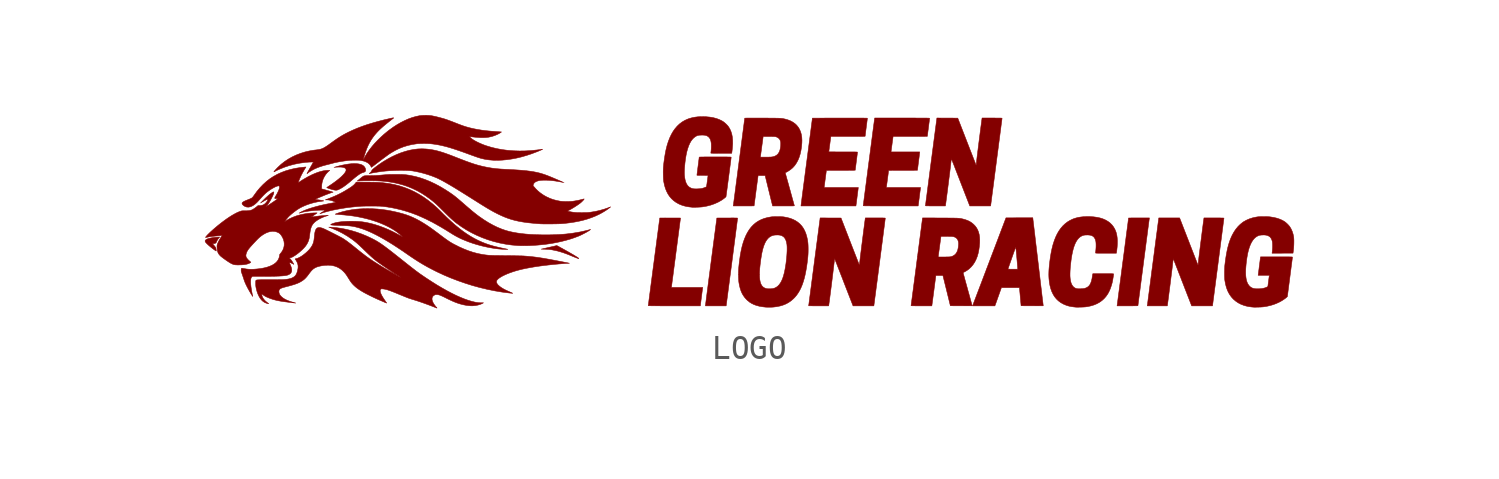
<source format=kicad_sym>
(kicad_symbol_lib
  (version 20241209)
  (generator "kicad_symbol_editor")
  (generator_version "9.0")
  (symbol "LOGO"
    (pin_names
      (offset 1.016))
    (property "Reference" "#G"
      (at 0 3.366 0)
      (effects (font (size 1.27 1.27)) hide))
    (symbol "LOGO_0_0"
      (polyline (pts (xy -13.088 -3.981) (xy -13.097 -3.968) (xy -13.116 -3.947) (xy -13.143 -3.916) (xy -13.193 -3.852) (xy -13.234 -3.788) (xy -13.265 -3.728) (xy -13.285 -3.67) (xy -13.294 -3.618) (xy -13.291 -3.572) (xy -13.287 -3.554) (xy -13.267 -3.51) (xy -13.236 -3.474) (xy -13.193 -3.447) (xy -13.178 -3.44) (xy -13.158 -3.431) (xy -13.139 -3.427) (xy -13.117 -3.426) (xy -13.087 -3.427) (xy -13.065 -3.429) (xy -13.037 -3.433) (xy -13.008 -3.439) (xy -12.976 -3.449) (xy -12.941 -3.462) (xy -12.899 -3.48) (xy -12.849 -3.503) (xy -12.79 -3.531) (xy -12.72 -3.566) (xy -12.711 -3.571) (xy -12.606 -3.623) (xy -12.51 -3.668) (xy -12.423 -3.707) (xy -12.342 -3.741) (xy -12.265 -3.77) (xy -12.19 -3.796) (xy -12.116 -3.818) (xy -12.04 -3.838) (xy -11.981 -3.852) (xy -11.851 -3.876) (xy -11.727 -3.889) (xy -11.61 -3.891) (xy -11.498 -3.881) (xy -11.39 -3.86) (xy -11.368 -3.853) (xy -11.316 -3.837) (xy -11.266 -3.819) (xy -11.221 -3.799) (xy -11.186 -3.781) (xy -11.164 -3.767) (xy -11.261 -3.767) (xy -11.303 -3.766) (xy -11.374 -3.761) (xy -11.446 -3.752) (xy -11.523 -3.737) (xy -11.609 -3.717) (xy -11.643 -3.708) (xy -11.795 -3.663) (xy -11.955 -3.606) (xy -12.123 -3.538) (xy -12.3 -3.459) (xy -12.484 -3.368) (xy -12.676 -3.267) (xy -12.875 -3.155) (xy -13.082 -3.033) (xy -13.295 -2.899) (xy -13.515 -2.756) (xy -13.564 -2.723) (xy -13.619 -2.686) (xy -13.67 -2.651) (xy -13.718 -2.618) (xy -13.764 -2.587) (xy -13.809 -2.555) (xy -13.853 -2.523) (xy -13.899 -2.489) (xy -13.947 -2.454) (xy -13.997 -2.415) (xy -14.052 -2.373) (xy -14.112 -2.327) (xy -14.178 -2.275) (xy -14.251 -2.218) (xy -14.332 -2.154) (xy -14.422 -2.082) (xy -14.523 -2.002) (xy -14.627 -1.919) (xy -14.742 -1.829) (xy -14.846 -1.746) (xy -14.942 -1.671) (xy -15.029 -1.603) (xy -15.109 -1.542) (xy -15.183 -1.486) (xy -15.25 -1.436) (xy -15.312 -1.391) (xy -15.37 -1.35) (xy -15.424 -1.313) (xy -15.475 -1.279) (xy -15.524 -1.248) (xy -15.572 -1.219) (xy -15.619 -1.192) (xy -15.666 -1.166) (xy -15.715 -1.14) (xy -15.764 -1.115) (xy -15.817 -1.089) (xy -15.983 -1.011) (xy -16.195 -0.923) (xy -16.409 -0.846) (xy -16.625 -0.78) (xy -16.841 -0.727) (xy -17.055 -0.685) (xy -17.267 -0.656) (xy -17.474 -0.64) (xy -17.564 -0.636) (xy -17.499 -0.66) (xy -17.413 -0.694) (xy -17.2 -0.786) (xy -16.993 -0.892) (xy -16.794 -1.009) (xy -16.604 -1.138) (xy -16.59 -1.148) (xy -16.534 -1.19) (xy -16.479 -1.233) (xy -16.425 -1.278) (xy -16.368 -1.328) (xy -16.307 -1.383) (xy -16.24 -1.446) (xy -16.165 -1.517) (xy -16.103 -1.578) (xy -16.025 -1.653) (xy -15.956 -1.719) (xy -15.894 -1.777) (xy -15.838 -1.829) (xy -15.787 -1.875) (xy -15.741 -1.915) (xy -15.698 -1.952) (xy -15.658 -1.985) (xy -15.618 -2.017) (xy -15.579 -2.046) (xy -15.521 -2.09) (xy -15.439 -2.148) (xy -15.348 -2.213) (xy -15.248 -2.281) (xy -15.14 -2.354) (xy -15.026 -2.43) (xy -14.907 -2.508) (xy -14.785 -2.588) (xy -14.727 -2.625) (xy -14.678 -2.657) (xy -14.64 -2.682) (xy -14.613 -2.7) (xy -14.598 -2.712) (xy -14.594 -2.716) (xy -14.602 -2.712) (xy -14.61 -2.708) (xy -14.639 -2.692) (xy -14.679 -2.67) (xy -14.726 -2.643) (xy -14.782 -2.611) (xy -14.842 -2.576) (xy -14.907 -2.539) (xy -14.974 -2.5) (xy -15.042 -2.461) (xy -15.109 -2.421) (xy -15.174 -2.383) (xy -15.236 -2.347) (xy -15.292 -2.313) (xy -15.342 -2.284) (xy -15.383 -2.259) (xy -15.433 -2.228) (xy -15.541 -2.161) (xy -15.638 -2.1) (xy -15.728 -2.042) (xy -15.812 -1.986) (xy -15.893 -1.931) (xy -15.971 -1.875) (xy -16.049 -1.818) (xy -16.128 -1.757) (xy -16.212 -1.692) (xy -16.302 -1.621) (xy -16.399 -1.542) (xy -16.476 -1.48) (xy -16.559 -1.413) (xy -16.633 -1.354) (xy -16.7 -1.302) (xy -16.76 -1.257) (xy -16.814 -1.216) (xy -16.865 -1.181) (xy -16.911 -1.149) (xy -16.956 -1.119) (xy -16.999 -1.093) (xy -17.012 -1.085) (xy -17.042 -1.069) (xy -17.081 -1.048) (xy -17.129 -1.023) (xy -17.184 -0.994) (xy -17.244 -0.963) (xy -17.308 -0.931) (xy -17.373 -0.897) (xy -17.44 -0.864) (xy -17.505 -0.831) (xy -17.567 -0.8) (xy -17.625 -0.772) (xy -17.677 -0.746) (xy -17.721 -0.725) (xy -17.756 -0.709) (xy -17.779 -0.698) (xy -17.839 -0.675) (xy -17.902 -0.658) (xy -17.957 -0.651) (xy -18.003 -0.655) (xy -18.042 -0.67) (xy -18.074 -0.696) (xy -18.1 -0.733) (xy -18.12 -0.782) (xy -18.123 -0.792) (xy -18.132 -0.822) (xy -18.139 -0.851) (xy -18.145 -0.881) (xy -18.15 -0.917) (xy -18.155 -0.96) (xy -18.16 -1.015) (xy -18.165 -1.058) (xy -18.172 -1.125) (xy -18.18 -1.181) (xy -18.189 -1.229) (xy -18.201 -1.272) (xy -18.215 -1.313) (xy -18.232 -1.353) (xy -18.253 -1.396) (xy -18.265 -1.418) (xy -18.311 -1.488) (xy -18.37 -1.561) (xy -18.441 -1.635) (xy -18.523 -1.709) (xy -18.614 -1.782) (xy -18.64 -1.801) (xy -18.697 -1.84) (xy -18.755 -1.874) (xy -18.811 -1.903) (xy -18.862 -1.925) (xy -18.904 -1.938) (xy -18.921 -1.941) (xy -18.941 -1.946) (xy -18.953 -1.949) (xy -18.955 -1.952) (xy -18.951 -1.964) (xy -18.936 -1.986) (xy -18.931 -1.993) (xy -18.903 -2.037) (xy -18.878 -2.088) (xy -18.857 -2.14) (xy -18.843 -2.189) (xy -18.836 -2.233) (xy -18.835 -2.294) (xy -18.842 -2.361) (xy -18.858 -2.437) (xy -18.86 -2.446) (xy -18.881 -2.517) (xy -18.905 -2.576) (xy -18.935 -2.625) (xy -18.97 -2.665) (xy -19.014 -2.699) (xy -19.066 -2.728) (xy -19.075 -2.733) (xy -19.119 -2.751) (xy -19.165 -2.766) (xy -19.217 -2.778) (xy -19.278 -2.789) (xy -19.35 -2.798) (xy -19.36 -2.799) (xy -19.384 -2.801) (xy -19.409 -2.804) (xy -19.436 -2.805) (xy -19.466 -2.807) (xy -19.502 -2.808) (xy -19.544 -2.809) (xy -19.592 -2.81) (xy -19.65 -2.81) (xy -19.716 -2.811) (xy -19.794 -2.811) (xy -19.884 -2.811) (xy -19.986 -2.811) (xy -19.993 -2.811) (xy -20.097 -2.811) (xy -20.187 -2.812) (xy -20.265 -2.812) (xy -20.331 -2.812) (xy -20.387 -2.813) (xy -20.434 -2.814) (xy -20.472 -2.816) (xy -20.502 -2.817) (xy -20.526 -2.82) (xy -20.544 -2.822) (xy -20.557 -2.826) (xy -20.566 -2.83) (xy -20.573 -2.835) (xy -20.578 -2.84) (xy -20.582 -2.846) (xy -20.584 -2.854) (xy -20.588 -2.877) (xy -20.589 -2.915) (xy -20.59 -2.966) (xy -20.59 -2.982) (xy -20.588 -3.031) (xy -20.585 -3.074) (xy -20.579 -3.116) (xy -20.57 -3.163) (xy -20.566 -3.182) (xy -20.536 -3.297) (xy -20.499 -3.4) (xy -20.456 -3.493) (xy -20.408 -3.575) (xy -20.353 -3.645) (xy -20.293 -3.703) (xy -20.227 -3.748) (xy -20.157 -3.78) (xy -20.083 -3.799) (xy -20.073 -3.801) (xy -20.059 -3.802) (xy -20.053 -3.802) (xy -20.055 -3.797) (xy -20.066 -3.788) (xy -20.087 -3.773) (xy -20.119 -3.75) (xy -20.13 -3.742) (xy -20.183 -3.697) (xy -20.231 -3.647) (xy -20.271 -3.595) (xy -20.303 -3.543) (xy -20.324 -3.493) (xy -20.334 -3.447) (xy -20.335 -3.428) (xy -20.334 -3.411) (xy -20.332 -3.404) (xy -20.328 -3.406) (xy -20.315 -3.415) (xy -20.294 -3.43) (xy -20.269 -3.448) (xy -20.263 -3.453) (xy -20.232 -3.474) (xy -20.204 -3.492) (xy -20.175 -3.508) (xy -20.143 -3.524) (xy -20.103 -3.541) (xy -20.053 -3.562) (xy -19.988 -3.587) (xy -19.904 -3.616) (xy -19.822 -3.641) (xy -19.737 -3.663) (xy -19.647 -3.682) (xy -19.549 -3.7) (xy -19.44 -3.717) (xy -19.407 -3.721) (xy -19.363 -3.727) (xy -19.312 -3.733) (xy -19.258 -3.74) (xy -19.203 -3.747) (xy -19.147 -3.754) (xy -19.094 -3.76) (xy -19.046 -3.766) (xy -19.003 -3.771) (xy -18.969 -3.775) (xy -18.945 -3.777) (xy -18.933 -3.778) (xy -18.933 -3.777) (xy -18.939 -3.775) (xy -18.956 -3.769) (xy -18.983 -3.762) (xy -19.016 -3.753) (xy -19.125 -3.722) (xy -19.233 -3.684) (xy -19.328 -3.643) (xy -19.411 -3.599) (xy -19.481 -3.551) (xy -19.54 -3.498) (xy -19.567 -3.468) (xy -19.599 -3.421) (xy -19.618 -3.374) (xy -19.628 -3.323) (xy -19.629 -3.301) (xy -19.626 -3.261) (xy -19.613 -3.228) (xy -19.59 -3.199) (xy -19.577 -3.188) (xy -19.56 -3.177) (xy -19.538 -3.166) (xy -19.509 -3.155) (xy -19.473 -3.142) (xy -19.427 -3.129) (xy -19.369 -3.113) (xy -19.3 -3.095) (xy -19.223 -3.075) (xy -19.134 -3.05) (xy -19.056 -3.028) (xy -18.988 -3.007) (xy -18.928 -2.986) (xy -18.874 -2.966) (xy -18.825 -2.945) (xy -18.779 -2.924) (xy -18.735 -2.9) (xy -18.706 -2.883) (xy -18.646 -2.845) (xy -18.591 -2.804) (xy -18.54 -2.757) (xy -18.489 -2.702) (xy -18.437 -2.639) (xy -18.382 -2.564) (xy -18.332 -2.498) (xy -18.284 -2.44) (xy -18.236 -2.392) (xy -18.188 -2.353) (xy -18.137 -2.321) (xy -18.083 -2.295) (xy -18.048 -2.282) (xy -17.97 -2.258) (xy -17.884 -2.239) (xy -17.793 -2.224) (xy -17.699 -2.215) (xy -17.607 -2.211) (xy -17.52 -2.213) (xy -17.442 -2.221) (xy -17.43 -2.223) (xy -17.323 -2.248) (xy -17.223 -2.284) (xy -17.13 -2.332) (xy -17.042 -2.393) (xy -16.96 -2.468) (xy -16.926 -2.503) (xy -16.894 -2.54) (xy -16.862 -2.58) (xy -16.829 -2.626) (xy -16.794 -2.681) (xy -16.77 -2.717) (xy -14.591 -2.717) (xy -14.587 -2.714) (xy -14.584 -2.717) (xy -14.587 -2.721) (xy -14.591 -2.717) (xy -16.77 -2.717) (xy -16.753 -2.745) (xy -16.734 -2.776) (xy -16.701 -2.828) (xy -16.674 -2.87) (xy -16.649 -2.906) (xy -16.627 -2.936) (xy -16.604 -2.963) (xy -16.581 -2.99) (xy -16.554 -3.018) (xy -16.525 -3.047) (xy -16.465 -3.103) (xy -16.398 -3.157) (xy -16.323 -3.21) (xy -16.239 -3.265) (xy -16.143 -3.322) (xy -16.132 -3.328) (xy -16.082 -3.356) (xy -16.023 -3.387) (xy -15.956 -3.422) (xy -15.884 -3.458) (xy -15.811 -3.494) (xy -15.739 -3.53) (xy -15.67 -3.562) (xy -15.608 -3.591) (xy -15.595 -3.597) (xy -15.554 -3.616) (xy -15.507 -3.636) (xy -15.458 -3.658) (xy -15.407 -3.68) (xy -15.357 -3.701) (xy -15.31 -3.721) (xy -15.267 -3.74) (xy -15.23 -3.755) (xy -15.2 -3.767) (xy -15.181 -3.775) (xy -15.172 -3.778) (xy -15.172 -3.778) (xy -15.175 -3.771) (xy -15.184 -3.755) (xy -15.199 -3.732) (xy -15.219 -3.704) (xy -15.263 -3.641) (xy -15.318 -3.557) (xy -15.362 -3.483) (xy -15.396 -3.417) (xy -15.42 -3.359) (xy -15.434 -3.309) (xy -15.439 -3.267) (xy -15.439 -3.264) (xy -15.438 -3.241) (xy -15.431 -3.225) (xy -15.417 -3.209) (xy -15.414 -3.205) (xy -15.402 -3.195) (xy -15.39 -3.19) (xy -15.373 -3.189) (xy -15.347 -3.191) (xy -15.322 -3.193) (xy -15.288 -3.197) (xy -15.255 -3.202) (xy -15.22 -3.209) (xy -15.184 -3.218) (xy -15.143 -3.229) (xy -15.098 -3.244) (xy -15.048 -3.261) (xy -14.99 -3.282) (xy -14.925 -3.307) (xy -14.851 -3.336) (xy -14.768 -3.37) (xy -14.673 -3.409) (xy -14.566 -3.453) (xy -14.552 -3.458) (xy -14.482 -3.487) (xy -14.422 -3.512) (xy -14.371 -3.532) (xy -14.328 -3.55) (xy -14.289 -3.564) (xy -14.253 -3.578) (xy -14.219 -3.59) (xy -14.183 -3.601) (xy -14.145 -3.613) (xy -14.102 -3.627) (xy -14.052 -3.642) (xy -13.975 -3.666) (xy -13.869 -3.7) (xy -13.753 -3.739) (xy -13.63 -3.782) (xy -13.503 -3.828) (xy -13.374 -3.876) (xy -13.244 -3.926) (xy -13.117 -3.976) (xy -13.101 -3.982) (xy -13.089 -3.985) (xy -13.088 -3.981)) (stroke (width 0.01) (type default)) (fill (type outline)))
      (polyline (pts (xy 0.688 -3.949) (xy 0.743 -3.948) (xy 0.793 -3.946) (xy 0.834 -3.943) (xy 0.977 -3.925) (xy 1.113 -3.897) (xy 1.238 -3.859) (xy 1.355 -3.811) (xy 1.464 -3.751) (xy 1.565 -3.68) (xy 1.659 -3.599) (xy 1.718 -3.539) (xy 1.788 -3.455) (xy 1.853 -3.363) (xy 1.913 -3.263) (xy 1.968 -3.154) (xy 2.018 -3.035) (xy 2.063 -2.907) (xy 2.105 -2.767) (xy 2.142 -2.617) (xy 2.175 -2.454) (xy 2.205 -2.28) (xy 2.231 -2.092) (xy 2.254 -1.891) (xy 2.257 -1.857) (xy 2.264 -1.763) (xy 2.268 -1.664) (xy 2.269 -1.564) (xy 2.268 -1.466) (xy 2.265 -1.373) (xy 2.259 -1.289) (xy 2.25 -1.215) (xy 2.243 -1.167) (xy 2.213 -1.03) (xy 2.175 -0.903) (xy 2.127 -0.787) (xy 2.071 -0.682) (xy 2.004 -0.588) (xy 1.927 -0.504) (xy 1.841 -0.431) (xy 1.744 -0.367) (xy 1.638 -0.314) (xy 1.521 -0.27) (xy 1.393 -0.236) (xy 1.254 -0.211) (xy 1.222 -0.208) (xy 1.177 -0.205) (xy 1.123 -0.203) (xy 1.064 -0.202) (xy 1.001 -0.201) (xy 0.938 -0.202) (xy 0.878 -0.203) (xy 0.824 -0.205) (xy 0.778 -0.207) (xy 0.744 -0.211) (xy 0.715 -0.215) (xy 0.584 -0.24) (xy 0.464 -0.272) (xy 0.352 -0.313) (xy 0.249 -0.362) (xy 0.151 -0.421) (xy 0.087 -0.467) (xy -0.004 -0.546) (xy -0.09 -0.637) (xy -0.168 -0.739) (xy -0.24 -0.853) (xy -0.305 -0.979) (xy -0.364 -1.117) (xy -0.417 -1.267) (xy -0.464 -1.43) (xy -0.504 -1.605) (xy -0.539 -1.794) (xy -0.546 -1.839) (xy -0.556 -1.912) (xy -0.567 -1.992) (xy -0.578 -2.074) (xy -0.587 -2.157) (xy -0.596 -2.235) (xy -0.603 -2.307) (xy -0.608 -2.367) (xy -0.609 -2.386) (xy -0.612 -2.453) (xy -0.614 -2.527) (xy -0.614 -2.598) (xy 0.255 -2.598) (xy 0.255 -2.572) (xy 0.256 -2.517) (xy 0.258 -2.462) (xy 0.262 -2.406) (xy 0.266 -2.345) (xy 0.273 -2.278) (xy 0.281 -2.202) (xy 0.292 -2.114) (xy 0.308 -1.987) (xy 0.329 -1.851) (xy 0.35 -1.728) (xy 0.374 -1.617) (xy 0.4 -1.517) (xy 0.427 -1.427) (xy 0.458 -1.347) (xy 0.49 -1.275) (xy 0.526 -1.211) (xy 0.565 -1.154) (xy 0.575 -1.141) (xy 0.629 -1.081) (xy 0.689 -1.034) (xy 0.755 -0.999) (xy 0.829 -0.974) (xy 0.866 -0.967) (xy 0.916 -0.962) (xy 0.971 -0.96) (xy 1.026 -0.96) (xy 1.076 -0.964) (xy 1.117 -0.971) (xy 1.118 -0.971) (xy 1.18 -0.992) (xy 1.233 -1.022) (xy 1.279 -1.062) (xy 1.316 -1.114) (xy 1.347 -1.177) (xy 1.37 -1.251) (xy 1.388 -1.339) (xy 1.392 -1.377) (xy 1.397 -1.448) (xy 1.398 -1.529) (xy 1.397 -1.621) (xy 1.392 -1.719) (xy 1.385 -1.824) (xy 1.375 -1.932) (xy 1.363 -2.043) (xy 1.349 -2.155) (xy 1.332 -2.266) (xy 1.313 -2.373) (xy 1.293 -2.477) (xy 1.282 -2.524) (xy 1.249 -2.649) (xy 1.212 -2.761) (xy 1.17 -2.859) (xy 1.123 -2.944) (xy 1.071 -3.016) (xy 1.014 -3.075) (xy 0.952 -3.122) (xy 0.885 -3.156) (xy 0.812 -3.178) (xy 0.792 -3.181) (xy 0.755 -3.184) (xy 0.711 -3.187) (xy 0.665 -3.187) (xy 0.62 -3.187) (xy 0.582 -3.185) (xy 0.553 -3.181) (xy 0.522 -3.173) (xy 0.463 -3.151) (xy 0.412 -3.119) (xy 0.369 -3.078) (xy 0.333 -3.026) (xy 0.304 -2.964) (xy 0.283 -2.891) (xy 0.267 -2.805) (xy 0.258 -2.708) (xy 0.255 -2.598) (xy -0.614 -2.598) (xy -0.614 -2.604) (xy -0.613 -2.682) (xy -0.61 -2.758) (xy -0.606 -2.828) (xy -0.601 -2.89) (xy -0.594 -2.94) (xy -0.575 -3.046) (xy -0.545 -3.167) (xy -0.509 -3.277) (xy -0.465 -3.377) (xy -0.412 -3.469) (xy -0.351 -3.553) (xy -0.281 -3.631) (xy -0.232 -3.677) (xy -0.152 -3.741) (xy -0.064 -3.795) (xy 0.031 -3.841) (xy 0.135 -3.878) (xy 0.249 -3.908) (xy 0.374 -3.93) (xy 0.51 -3.946) (xy 0.536 -3.947) (xy 0.581 -3.949) (xy 0.633 -3.949) (xy 0.688 -3.949)) (stroke (width 0.01) (type default)) (fill (type outline)))
      (polyline (pts (xy 13.437 -3.948) (xy 13.488 -3.947) (xy 13.543 -3.946) (xy 13.598 -3.944) (xy 13.652 -3.942) (xy 13.7 -3.939) (xy 13.741 -3.936) (xy 13.771 -3.932) (xy 13.835 -3.923) (xy 13.972 -3.893) (xy 14.099 -3.854) (xy 14.216 -3.805) (xy 14.323 -3.746) (xy 14.421 -3.676) (xy 14.51 -3.596) (xy 14.59 -3.506) (xy 14.661 -3.404) (xy 14.679 -3.374) (xy 14.721 -3.294) (xy 14.761 -3.205) (xy 14.796 -3.109) (xy 14.828 -3.01) (xy 14.853 -2.912) (xy 14.854 -2.909) (xy 14.86 -2.877) (xy 14.868 -2.838) (xy 14.876 -2.793) (xy 14.883 -2.747) (xy 14.891 -2.7) (xy 14.897 -2.658) (xy 14.902 -2.621) (xy 14.906 -2.592) (xy 14.907 -2.575) (xy 14.907 -2.574) (xy 14.905 -2.571) (xy 14.901 -2.57) (xy 14.893 -2.568) (xy 14.88 -2.567) (xy 14.861 -2.565) (xy 14.835 -2.565) (xy 14.802 -2.564) (xy 14.759 -2.563) (xy 14.706 -2.563) (xy 14.642 -2.563) (xy 14.566 -2.563) (xy 14.476 -2.563) (xy 14.046 -2.563) (xy 14.042 -2.583) (xy 14.04 -2.593) (xy 14.036 -2.617) (xy 14.031 -2.647) (xy 14.026 -2.682) (xy 14.011 -2.774) (xy 13.991 -2.86) (xy 13.966 -2.933) (xy 13.938 -2.995) (xy 13.904 -3.047) (xy 13.864 -3.089) (xy 13.818 -3.123) (xy 13.764 -3.15) (xy 13.703 -3.171) (xy 13.679 -3.175) (xy 13.642 -3.18) (xy 13.597 -3.184) (xy 13.549 -3.186) (xy 13.5 -3.187) (xy 13.455 -3.187) (xy 13.417 -3.185) (xy 13.39 -3.182) (xy 13.366 -3.176) (xy 13.308 -3.153) (xy 13.257 -3.118) (xy 13.214 -3.072) (xy 13.178 -3.014) (xy 13.148 -2.945) (xy 13.126 -2.862) (xy 13.111 -2.768) (xy 13.108 -2.741) (xy 13.102 -2.654) (xy 13.102 -2.553) (xy 13.106 -2.439) (xy 13.114 -2.312) (xy 13.128 -2.172) (xy 13.146 -2.019) (xy 13.157 -1.935) (xy 13.182 -1.785) (xy 13.21 -1.648) (xy 13.241 -1.525) (xy 13.277 -1.414) (xy 13.316 -1.316) (xy 13.36 -1.231) (xy 13.407 -1.157) (xy 13.459 -1.096) (xy 13.515 -1.046) (xy 13.576 -1.007) (xy 13.598 -0.997) (xy 13.642 -0.979) (xy 13.688 -0.968) (xy 13.741 -0.962) (xy 13.804 -0.96) (xy 13.848 -0.96) (xy 13.9 -0.964) (xy 13.944 -0.97) (xy 13.983 -0.981) (xy 14.02 -0.996) (xy 14.042 -1.008) (xy 14.086 -1.043) (xy 14.122 -1.091) (xy 14.15 -1.149) (xy 14.17 -1.22) (xy 14.175 -1.256) (xy 14.179 -1.304) (xy 14.181 -1.361) (xy 14.181 -1.421) (xy 14.179 -1.484) (xy 14.175 -1.544) (xy 14.17 -1.6) (xy 14.17 -1.602) (xy 14.166 -1.637) (xy 14.162 -1.667) (xy 14.16 -1.69) (xy 14.159 -1.702) (xy 14.16 -1.704) (xy 14.161 -1.706) (xy 14.166 -1.708) (xy 14.174 -1.71) (xy 14.187 -1.711) (xy 14.206 -1.712) (xy 14.231 -1.713) (xy 14.265 -1.714) (xy 14.307 -1.714) (xy 14.36 -1.714) (xy 14.424 -1.714) (xy 14.501 -1.715) (xy 14.59 -1.715) (xy 15.021 -1.715) (xy 15.025 -1.688) (xy 15.039 -1.594) (xy 15.054 -1.453) (xy 15.061 -1.319) (xy 15.062 -1.193) (xy 15.055 -1.076) (xy 15.04 -0.971) (xy 15.018 -0.876) (xy 15.001 -0.823) (xy 14.958 -0.72) (xy 14.903 -0.626) (xy 14.838 -0.541) (xy 14.762 -0.466) (xy 14.675 -0.4) (xy 14.577 -0.343) (xy 14.469 -0.295) (xy 14.35 -0.257) (xy 14.22 -0.229) (xy 14.08 -0.21) (xy 13.929 -0.2) (xy 13.768 -0.2) (xy 13.747 -0.201) (xy 13.633 -0.207) (xy 13.53 -0.219) (xy 13.434 -0.236) (xy 13.344 -0.259) (xy 13.255 -0.288) (xy 13.212 -0.305) (xy 13.099 -0.359) (xy 12.993 -0.424) (xy 12.895 -0.5) (xy 12.804 -0.586) (xy 12.72 -0.685) (xy 12.643 -0.794) (xy 12.572 -0.916) (xy 12.509 -1.049) (xy 12.452 -1.195) (xy 12.401 -1.352) (xy 12.357 -1.523) (xy 12.319 -1.706) (xy 12.287 -1.901) (xy 12.268 -2.042) (xy 12.253 -2.171) (xy 12.241 -2.29) (xy 12.232 -2.399) (xy 12.228 -2.5) (xy 12.226 -2.595) (xy 12.228 -2.685) (xy 12.233 -2.771) (xy 12.248 -2.915) (xy 12.274 -3.058) (xy 12.309 -3.19) (xy 12.353 -3.311) (xy 12.407 -3.421) (xy 12.47 -3.521) (xy 12.543 -3.61) (xy 12.625 -3.688) (xy 12.717 -3.756) (xy 12.819 -3.814) (xy 12.873 -3.839) (xy 12.94 -3.866) (xy 13.007 -3.889) (xy 13.077 -3.907) (xy 13.154 -3.923) (xy 13.239 -3.935) (xy 13.336 -3.946) (xy 13.356 -3.947) (xy 13.392 -3.948) (xy 13.437 -3.948)) (stroke (width 0.01) (type default)) (fill (type outline)))
      (polyline (pts (xy 20.829 -3.947) (xy 20.883 -3.946) (xy 20.938 -3.944) (xy 20.991 -3.942) (xy 21.04 -3.939) (xy 21.08 -3.936) (xy 21.11 -3.933) (xy 21.241 -3.912) (xy 21.376 -3.882) (xy 21.503 -3.845) (xy 21.626 -3.8) (xy 21.748 -3.745) (xy 21.748 -3.745) (xy 21.804 -3.716) (xy 21.862 -3.683) (xy 21.919 -3.647) (xy 21.972 -3.611) (xy 22.019 -3.577) (xy 22.055 -3.547) (xy 22.096 -3.508) (xy 22.201 -2.7) (xy 22.206 -2.662) (xy 22.219 -2.556) (xy 22.232 -2.455) (xy 22.245 -2.36) (xy 22.256 -2.27) (xy 22.267 -2.187) (xy 22.277 -2.112) (xy 22.286 -2.046) (xy 22.293 -1.989) (xy 22.299 -1.943) (xy 22.304 -1.909) (xy 22.307 -1.887) (xy 22.308 -1.878) (xy 22.308 -1.877) (xy 22.307 -1.875) (xy 22.303 -1.873) (xy 22.296 -1.871) (xy 22.285 -1.87) (xy 22.269 -1.869) (xy 22.247 -1.868) (xy 22.219 -1.867) (xy 22.183 -1.867) (xy 22.138 -1.866) (xy 22.085 -1.866) (xy 22.021 -1.866) (xy 21.946 -1.866) (xy 21.86 -1.866) (xy 21.761 -1.866) (xy 21.648 -1.866) (xy 20.985 -1.866) (xy 20.94 -2.223) (xy 20.938 -2.235) (xy 20.929 -2.306) (xy 20.921 -2.372) (xy 20.913 -2.433) (xy 20.906 -2.487) (xy 20.9 -2.533) (xy 20.895 -2.568) (xy 20.892 -2.593) (xy 20.89 -2.604) (xy 20.887 -2.628) (xy 21.119 -2.628) (xy 21.351 -2.628) (xy 21.346 -2.655) (xy 21.346 -2.656) (xy 21.344 -2.672) (xy 21.34 -2.701) (xy 21.335 -2.739) (xy 21.329 -2.784) (xy 21.322 -2.835) (xy 21.315 -2.889) (xy 21.288 -3.097) (xy 21.237 -3.121) (xy 21.212 -3.133) (xy 21.139 -3.157) (xy 21.057 -3.175) (xy 20.965 -3.185) (xy 20.861 -3.188) (xy 20.817 -3.188) (xy 20.757 -3.183) (xy 20.705 -3.174) (xy 20.658 -3.16) (xy 20.614 -3.14) (xy 20.61 -3.138) (xy 20.557 -3.102) (xy 20.509 -3.053) (xy 20.467 -2.993) (xy 20.433 -2.925) (xy 20.408 -2.848) (xy 20.401 -2.823) (xy 20.387 -2.749) (xy 20.377 -2.67) (xy 20.371 -2.584) (xy 20.369 -2.49) (xy 20.372 -2.388) (xy 20.38 -2.275) (xy 20.391 -2.151) (xy 20.407 -2.014) (xy 20.426 -1.883) (xy 20.453 -1.733) (xy 20.485 -1.597) (xy 20.522 -1.475) (xy 20.564 -1.365) (xy 20.61 -1.269) (xy 20.662 -1.185) (xy 20.718 -1.115) (xy 20.779 -1.058) (xy 20.846 -1.013) (xy 20.917 -0.981) (xy 20.945 -0.973) (xy 20.988 -0.967) (xy 21.038 -0.962) (xy 21.091 -0.96) (xy 21.143 -0.96) (xy 21.19 -0.964) (xy 21.229 -0.97) (xy 21.268 -0.981) (xy 21.326 -1.006) (xy 21.375 -1.04) (xy 21.413 -1.085) (xy 21.444 -1.14) (xy 21.468 -1.208) (xy 21.469 -1.213) (xy 21.476 -1.252) (xy 21.481 -1.302) (xy 21.484 -1.361) (xy 21.485 -1.425) (xy 21.483 -1.493) (xy 21.479 -1.561) (xy 21.474 -1.627) (xy 21.466 -1.688) (xy 21.462 -1.715) (xy 21.896 -1.713) (xy 22.33 -1.711) (xy 22.347 -1.582) (xy 22.352 -1.537) (xy 22.358 -1.468) (xy 22.362 -1.396) (xy 22.365 -1.321) (xy 22.366 -1.248) (xy 22.366 -1.178) (xy 22.363 -1.115) (xy 22.359 -1.06) (xy 22.353 -1.017) (xy 22.332 -0.922) (xy 22.296 -0.811) (xy 22.251 -0.71) (xy 22.197 -0.619) (xy 22.18 -0.596) (xy 22.145 -0.556) (xy 22.105 -0.513) (xy 22.061 -0.472) (xy 22.019 -0.435) (xy 21.981 -0.407) (xy 21.977 -0.404) (xy 21.88 -0.349) (xy 21.772 -0.302) (xy 21.653 -0.263) (xy 21.524 -0.233) (xy 21.385 -0.211) (xy 21.382 -0.21) (xy 21.344 -0.207) (xy 21.296 -0.204) (xy 21.24 -0.203) (xy 21.179 -0.202) (xy 21.115 -0.201) (xy 21.052 -0.202) (xy 20.992 -0.203) (xy 20.938 -0.205) (xy 20.893 -0.207) (xy 20.86 -0.211) (xy 20.792 -0.222) (xy 20.652 -0.253) (xy 20.522 -0.295) (xy 20.401 -0.348) (xy 20.288 -0.411) (xy 20.245 -0.441) (xy 20.148 -0.519) (xy 20.056 -0.609) (xy 19.971 -0.711) (xy 19.894 -0.824) (xy 19.825 -0.946) (xy 19.812 -0.971) (xy 19.769 -1.063) (xy 19.73 -1.159) (xy 19.694 -1.259) (xy 19.661 -1.365) (xy 19.631 -1.478) (xy 19.603 -1.6) (xy 19.578 -1.731) (xy 19.554 -1.872) (xy 19.532 -2.026) (xy 19.511 -2.193) (xy 19.51 -2.196) (xy 19.506 -2.24) (xy 19.503 -2.294) (xy 19.5 -2.355) (xy 19.499 -2.422) (xy 19.497 -2.491) (xy 19.497 -2.56) (xy 19.497 -2.627) (xy 19.499 -2.69) (xy 19.501 -2.745) (xy 19.503 -2.791) (xy 19.507 -2.825) (xy 19.513 -2.863) (xy 19.538 -2.999) (xy 19.571 -3.123) (xy 19.611 -3.237) (xy 19.659 -3.341) (xy 19.715 -3.436) (xy 19.779 -3.524) (xy 19.853 -3.606) (xy 19.873 -3.625) (xy 19.964 -3.702) (xy 20.063 -3.769) (xy 20.171 -3.825) (xy 20.29 -3.871) (xy 20.329 -3.883) (xy 20.39 -3.9) (xy 20.452 -3.914) (xy 20.52 -3.926) (xy 20.596 -3.937) (xy 20.684 -3.946) (xy 20.701 -3.947) (xy 20.735 -3.948) (xy 20.779 -3.948) (xy 20.829 -3.947)) (stroke (width 0.01) (type default)) (fill (type outline)))
      (polyline (pts (xy -2.147 -3.535) (xy -2.145 -3.523) (xy -2.136 -3.453) (xy -2.128 -3.386) (xy -2.12 -3.326) (xy -2.113 -3.272) (xy -2.107 -3.226) (xy -2.102 -3.19) (xy -2.099 -3.166) (xy -2.098 -3.154) (xy -2.094 -3.131) (xy -2.742 -3.131) (xy -3.39 -3.131) (xy -3.386 -3.104) (xy -3.385 -3.103) (xy -3.384 -3.089) (xy -3.38 -3.061) (xy -3.375 -3.021) (xy -3.368 -2.97) (xy -3.36 -2.906) (xy -3.35 -2.833) (xy -3.339 -2.749) (xy -3.326 -2.656) (xy -3.313 -2.555) (xy -3.299 -2.446) (xy -3.284 -2.33) (xy -3.268 -2.208) (xy -3.251 -2.079) (xy -3.233 -1.946) (xy -3.215 -1.809) (xy -3.197 -1.668) (xy -3.012 -0.259) (xy -3.439 -0.257) (xy -3.513 -0.257) (xy -3.586 -0.257) (xy -3.653 -0.256) (xy -3.713 -0.257) (xy -3.766 -0.257) (xy -3.809 -0.257) (xy -3.842 -0.257) (xy -3.862 -0.258) (xy -3.87 -0.258) (xy -3.871 -0.264) (xy -3.874 -0.284) (xy -3.878 -0.317) (xy -3.884 -0.361) (xy -3.892 -0.417) (xy -3.901 -0.484) (xy -3.911 -0.561) (xy -3.922 -0.646) (xy -3.935 -0.741) (xy -3.948 -0.843) (xy -3.962 -0.952) (xy -3.978 -1.067) (xy -3.994 -1.188) (xy -4.01 -1.314) (xy -4.027 -1.444) (xy -4.045 -1.577) (xy -4.063 -1.712) (xy -4.081 -1.85) (xy -4.099 -1.989) (xy -4.117 -2.128) (xy -4.136 -2.267) (xy -4.154 -2.405) (xy -4.171 -2.541) (xy -4.189 -2.675) (xy -4.206 -2.805) (xy -4.223 -2.932) (xy -4.239 -3.054) (xy -4.254 -3.17) (xy -4.268 -3.28) (xy -4.282 -3.384) (xy -4.294 -3.479) (xy -4.305 -3.567) (xy -4.316 -3.645) (xy -4.324 -3.714) (xy -4.332 -3.772) (xy -4.338 -3.819) (xy -4.342 -3.853) (xy -4.345 -3.875) (xy -4.346 -3.884) (xy -4.346 -3.884) (xy -4.342 -3.886) (xy -4.332 -3.887) (xy -4.316 -3.888) (xy -4.292 -3.889) (xy -4.262 -3.889) (xy -4.223 -3.89) (xy -4.176 -3.891) (xy -4.12 -3.891) (xy -4.054 -3.892) (xy -3.977 -3.892) (xy -3.89 -3.892) (xy -3.791 -3.893) (xy -3.68 -3.893) (xy -3.557 -3.893) (xy -3.42 -3.893) (xy -3.269 -3.893) (xy -2.192 -3.893) (xy -2.147 -3.535)) (stroke (width 0.01) (type default)) (fill (type outline)))
      (polyline (pts (xy -1.122 -3.877) (xy -1.121 -3.872) (xy -1.119 -3.854) (xy -1.115 -3.823) (xy -1.109 -3.779) (xy -1.101 -3.724) (xy -1.093 -3.659) (xy -1.083 -3.583) (xy -1.071 -3.498) (xy -1.059 -3.405) (xy -1.046 -3.303) (xy -1.032 -3.195) (xy -1.017 -3.08) (xy -1.001 -2.959) (xy -0.984 -2.834) (xy -0.968 -2.704) (xy -0.95 -2.572) (xy -0.932 -2.436) (xy -0.914 -2.299) (xy -0.896 -2.16) (xy -0.878 -2.021) (xy -0.86 -1.882) (xy -0.842 -1.744) (xy -0.824 -1.608) (xy -0.807 -1.474) (xy -0.79 -1.343) (xy -0.773 -1.217) (xy -0.758 -1.095) (xy -0.742 -0.979) (xy -0.728 -0.868) (xy -0.715 -0.765) (xy -0.702 -0.669) (xy -0.691 -0.582) (xy -0.681 -0.504) (xy -0.672 -0.435) (xy -0.665 -0.378) (xy -0.659 -0.331) (xy -0.654 -0.296) (xy -0.652 -0.275) (xy -0.651 -0.267) (xy -0.651 -0.266) (xy -0.652 -0.264) (xy -0.656 -0.262) (xy -0.664 -0.26) (xy -0.676 -0.259) (xy -0.695 -0.258) (xy -0.721 -0.257) (xy -0.754 -0.257) (xy -0.797 -0.256) (xy -0.85 -0.256) (xy -0.914 -0.256) (xy -0.99 -0.257) (xy -1.08 -0.257) (xy -1.509 -0.259) (xy -1.745 -2.056) (xy -1.754 -2.125) (xy -1.774 -2.282) (xy -1.794 -2.436) (xy -1.814 -2.586) (xy -1.833 -2.73) (xy -1.851 -2.869) (xy -1.868 -3.001) (xy -1.884 -3.127) (xy -1.9 -3.244) (xy -1.914 -3.354) (xy -1.927 -3.455) (xy -1.939 -3.546) (xy -1.949 -3.628) (xy -1.958 -3.699) (xy -1.966 -3.759) (xy -1.972 -3.807) (xy -1.977 -3.842) (xy -1.979 -3.864) (xy -1.98 -3.873) (xy -1.981 -3.893) (xy -1.553 -3.893) (xy -1.125 -3.893) (xy -1.122 -3.877)) (stroke (width 0.01) (type default)) (fill (type outline)))
      (polyline (pts (xy 3.12 -3.877) (xy 3.121 -3.873) (xy 3.124 -3.852) (xy 3.129 -3.818) (xy 3.135 -3.773) (xy 3.143 -3.717) (xy 3.152 -3.651) (xy 3.162 -3.577) (xy 3.172 -3.495) (xy 3.184 -3.407) (xy 3.196 -3.314) (xy 3.208 -3.216) (xy 3.221 -3.115) (xy 3.234 -3.012) (xy 3.247 -2.908) (xy 3.26 -2.804) (xy 3.272 -2.701) (xy 3.285 -2.6) (xy 3.297 -2.502) (xy 3.308 -2.409) (xy 3.319 -2.32) (xy 3.329 -2.239) (xy 3.337 -2.164) (xy 3.345 -2.099) (xy 3.351 -2.042) (xy 3.356 -1.997) (xy 3.36 -1.963) (xy 3.361 -1.942) (xy 3.361 -1.941) (xy 3.362 -1.94) (xy 3.363 -1.941) (xy 3.365 -1.944) (xy 3.368 -1.949) (xy 3.372 -1.959) (xy 3.378 -1.972) (xy 3.385 -1.99) (xy 3.395 -2.014) (xy 3.406 -2.044) (xy 3.421 -2.08) (xy 3.438 -2.123) (xy 3.458 -2.175) (xy 3.481 -2.235) (xy 3.508 -2.304) (xy 3.539 -2.382) (xy 3.574 -2.471) (xy 3.612 -2.571) (xy 3.656 -2.682) (xy 3.704 -2.806) (xy 3.756 -2.942) (xy 4.126 -3.893) (xy 4.556 -3.893) (xy 4.986 -3.893) (xy 4.989 -3.877) (xy 4.99 -3.872) (xy 4.992 -3.854) (xy 4.997 -3.823) (xy 5.002 -3.78) (xy 5.01 -3.725) (xy 5.018 -3.66) (xy 5.028 -3.584) (xy 5.039 -3.499) (xy 5.052 -3.406) (xy 5.065 -3.304) (xy 5.079 -3.196) (xy 5.094 -3.081) (xy 5.11 -2.961) (xy 5.127 -2.835) (xy 5.143 -2.706) (xy 5.161 -2.573) (xy 5.178 -2.437) (xy 5.197 -2.3) (xy 5.215 -2.161) (xy 5.233 -2.022) (xy 5.251 -1.883) (xy 5.269 -1.745) (xy 5.287 -1.609) (xy 5.304 -1.475) (xy 5.321 -1.345) (xy 5.338 -1.218) (xy 5.353 -1.096) (xy 5.369 -0.98) (xy 5.383 -0.87) (xy 5.396 -0.766) (xy 5.409 -0.67) (xy 5.42 -0.583) (xy 5.43 -0.505) (xy 5.439 -0.436) (xy 5.446 -0.379) (xy 5.452 -0.332) (xy 5.457 -0.297) (xy 5.459 -0.276) (xy 5.46 -0.267) (xy 5.46 -0.267) (xy 5.459 -0.264) (xy 5.456 -0.262) (xy 5.449 -0.261) (xy 5.437 -0.259) (xy 5.42 -0.258) (xy 5.396 -0.257) (xy 5.364 -0.256) (xy 5.322 -0.256) (xy 5.271 -0.256) (xy 5.209 -0.255) (xy 5.135 -0.255) (xy 5.048 -0.255) (xy 4.635 -0.255) (xy 4.63 -0.282) (xy 4.63 -0.283) (xy 4.627 -0.307) (xy 4.622 -0.345) (xy 4.615 -0.394) (xy 4.607 -0.454) (xy 4.598 -0.523) (xy 4.588 -0.6) (xy 4.577 -0.684) (xy 4.565 -0.774) (xy 4.553 -0.868) (xy 4.541 -0.965) (xy 4.528 -1.065) (xy 4.515 -1.165) (xy 4.503 -1.265) (xy 4.49 -1.364) (xy 4.478 -1.459) (xy 4.467 -1.551) (xy 4.456 -1.637) (xy 4.446 -1.717) (xy 4.437 -1.79) (xy 4.429 -1.853) (xy 4.423 -1.907) (xy 4.418 -1.948) (xy 4.415 -1.978) (xy 4.412 -2.008) (xy 4.406 -2.061) (xy 4.401 -2.108) (xy 4.396 -2.148) (xy 4.392 -2.179) (xy 4.389 -2.199) (xy 4.388 -2.207) (xy 4.385 -2.2) (xy 4.377 -2.181) (xy 4.365 -2.15) (xy 4.348 -2.108) (xy 4.327 -2.055) (xy 4.303 -1.993) (xy 4.275 -1.921) (xy 4.244 -1.842) (xy 4.21 -1.755) (xy 4.173 -1.661) (xy 4.134 -1.561) (xy 4.093 -1.456) (xy 4.051 -1.347) (xy 4.007 -1.234) (xy 3.629 -0.259) (xy 3.197 -0.257) (xy 2.765 -0.255) (xy 2.761 -0.282) (xy 2.76 -0.288) (xy 2.758 -0.307) (xy 2.754 -0.339) (xy 2.748 -0.383) (xy 2.74 -0.439) (xy 2.732 -0.505) (xy 2.722 -0.582) (xy 2.711 -0.667) (xy 2.698 -0.761) (xy 2.685 -0.863) (xy 2.671 -0.972) (xy 2.655 -1.087) (xy 2.64 -1.208) (xy 2.623 -1.333) (xy 2.606 -1.463) (xy 2.589 -1.596) (xy 2.571 -1.731) (xy 2.553 -1.869) (xy 2.535 -2.007) (xy 2.517 -2.146) (xy 2.499 -2.285) (xy 2.481 -2.423) (xy 2.463 -2.558) (xy 2.446 -2.692) (xy 2.429 -2.822) (xy 2.412 -2.948) (xy 2.397 -3.069) (xy 2.381 -3.185) (xy 2.367 -3.295) (xy 2.354 -3.397) (xy 2.341 -3.493) (xy 2.33 -3.579) (xy 2.32 -3.657) (xy 2.311 -3.725) (xy 2.304 -3.782) (xy 2.298 -3.828) (xy 2.293 -3.861) (xy 2.291 -3.882) (xy 2.29 -3.89) (xy 2.294 -3.89) (xy 2.312 -3.891) (xy 2.342 -3.891) (xy 2.382 -3.892) (xy 2.433 -3.892) (xy 2.491 -3.893) (xy 2.556 -3.893) (xy 2.627 -3.893) (xy 2.703 -3.893) (xy 3.116 -3.893) (xy 3.12 -3.877)) (stroke (width 0.01) (type default)) (fill (type outline)))
      (polyline (pts (xy 7.39 -3.87) (xy 7.39 -3.867) (xy 7.392 -3.852) (xy 7.396 -3.825) (xy 7.401 -3.787) (xy 7.407 -3.738) (xy 7.415 -3.682) (xy 7.424 -3.618) (xy 7.433 -3.548) (xy 7.443 -3.473) (xy 7.453 -3.395) (xy 7.464 -3.314) (xy 7.475 -3.233) (xy 7.485 -3.152) (xy 7.496 -3.073) (xy 7.506 -2.996) (xy 7.515 -2.924) (xy 7.524 -2.857) (xy 7.532 -2.797) (xy 7.539 -2.744) (xy 7.545 -2.701) (xy 7.549 -2.668) (xy 7.551 -2.647) (xy 7.552 -2.639) (xy 7.553 -2.639) (xy 7.563 -2.638) (xy 7.584 -2.637) (xy 7.616 -2.636) (xy 7.654 -2.635) (xy 7.698 -2.635) (xy 7.844 -2.635) (xy 7.999 -3.262) (xy 8.153 -3.889) (xy 8.604 -3.891) (xy 8.62 -3.891) (xy 8.698 -3.892) (xy 8.772 -3.892) (xy 8.84 -3.892) (xy 8.9 -3.892) (xy 8.953 -3.892) (xy 8.996 -3.891) (xy 9.028 -3.891) (xy 9.048 -3.89) (xy 9.055 -3.89) (xy 9.055 -3.888) (xy 9.051 -3.875) (xy 9.044 -3.849) (xy 9.034 -3.812) (xy 9.021 -3.764) (xy 9.005 -3.706) (xy 8.986 -3.64) (xy 8.966 -3.566) (xy 8.944 -3.485) (xy 8.92 -3.398) (xy 8.894 -3.307) (xy 8.868 -3.211) (xy 8.856 -3.167) (xy 8.83 -3.073) (xy 8.805 -2.983) (xy 8.782 -2.899) (xy 8.76 -2.821) (xy 8.741 -2.749) (xy 8.724 -2.686) (xy 8.709 -2.632) (xy 8.697 -2.588) (xy 8.688 -2.555) (xy 8.683 -2.534) (xy 8.681 -2.526) (xy 8.681 -2.525) (xy 8.689 -2.516) (xy 8.706 -2.505) (xy 8.73 -2.492) (xy 8.832 -2.434) (xy 8.926 -2.365) (xy 9.011 -2.284) (xy 9.088 -2.193) (xy 9.156 -2.091) (xy 9.214 -1.978) (xy 9.263 -1.856) (xy 9.302 -1.723) (xy 9.331 -1.582) (xy 9.333 -1.569) (xy 9.353 -1.423) (xy 9.365 -1.288) (xy 9.367 -1.163) (xy 9.361 -1.048) (xy 9.345 -0.942) (xy 9.32 -0.845) (xy 9.285 -0.755) (xy 9.241 -0.673) (xy 9.187 -0.598) (xy 9.124 -0.53) (xy 9.092 -0.501) (xy 9.025 -0.448) (xy 8.953 -0.403) (xy 8.873 -0.364) (xy 8.784 -0.331) (xy 8.683 -0.302) (xy 8.683 -0.302) (xy 8.656 -0.295) (xy 8.632 -0.29) (xy 8.609 -0.284) (xy 8.585 -0.28) (xy 8.561 -0.276) (xy 8.535 -0.273) (xy 8.506 -0.27) (xy 8.473 -0.267) (xy 8.436 -0.265) (xy 8.393 -0.263) (xy 8.343 -0.262) (xy 8.285 -0.261) (xy 8.219 -0.26) (xy 8.143 -0.259) (xy 8.057 -0.259) (xy 7.959 -0.258) (xy 7.848 -0.258) (xy 7.725 -0.257) (xy 7.002 -0.254) (xy 6.792 -1.864) (xy 7.647 -1.864) (xy 7.649 -1.857) (xy 7.652 -1.837) (xy 7.656 -1.805) (xy 7.662 -1.762) (xy 7.67 -1.711) (xy 7.678 -1.651) (xy 7.687 -1.584) (xy 7.697 -1.512) (xy 7.707 -1.436) (xy 7.764 -1.017) (xy 7.991 -1.017) (xy 8.004 -1.017) (xy 8.075 -1.018) (xy 8.135 -1.019) (xy 8.184 -1.02) (xy 8.224 -1.023) (xy 8.257 -1.027) (xy 8.284 -1.032) (xy 8.308 -1.038) (xy 8.33 -1.047) (xy 8.352 -1.057) (xy 8.376 -1.071) (xy 8.42 -1.106) (xy 8.453 -1.151) (xy 8.476 -1.207) (xy 8.489 -1.273) (xy 8.489 -1.273) (xy 8.492 -1.313) (xy 8.49 -1.363) (xy 8.486 -1.418) (xy 8.479 -1.475) (xy 8.469 -1.53) (xy 8.458 -1.578) (xy 8.445 -1.618) (xy 8.413 -1.686) (xy 8.372 -1.744) (xy 8.321 -1.791) (xy 8.26 -1.828) (xy 8.189 -1.855) (xy 8.185 -1.856) (xy 8.171 -1.86) (xy 8.153 -1.862) (xy 8.131 -1.865) (xy 8.103 -1.866) (xy 8.067 -1.868) (xy 8.021 -1.869) (xy 7.964 -1.87) (xy 7.895 -1.871) (xy 7.876 -1.871) (xy 7.812 -1.872) (xy 7.76 -1.872) (xy 7.719 -1.872) (xy 7.689 -1.871) (xy 7.668 -1.87) (xy 7.655 -1.869) (xy 7.649 -1.867) (xy 7.647 -1.864) (xy 6.792 -1.864) (xy 6.766 -2.061) (xy 6.756 -2.139) (xy 6.736 -2.296) (xy 6.715 -2.45) (xy 6.696 -2.6) (xy 6.677 -2.744) (xy 6.659 -2.882) (xy 6.641 -3.015) (xy 6.625 -3.14) (xy 6.61 -3.257) (xy 6.595 -3.366) (xy 6.582 -3.467) (xy 6.57 -3.558) (xy 6.559 -3.639) (xy 6.55 -3.709) (xy 6.542 -3.768) (xy 6.536 -3.816) (xy 6.531 -3.85) (xy 6.528 -3.872) (xy 6.527 -3.88) (xy 6.527 -3.882) (xy 6.528 -3.885) (xy 6.532 -3.886) (xy 6.539 -3.888) (xy 6.552 -3.889) (xy 6.57 -3.89) (xy 6.596 -3.891) (xy 6.629 -3.892) (xy 6.672 -3.892) (xy 6.725 -3.893) (xy 6.789 -3.893) (xy 6.865 -3.893) (xy 6.954 -3.893) (xy 7.385 -3.893) (xy 7.39 -3.87)) (stroke (width 0.01) (type default)) (fill (type outline)))
      (polyline (pts (xy 10.013 -3.844) (xy 10.019 -3.829) (xy 10.029 -3.801) (xy 10.043 -3.762) (xy 10.06 -3.715) (xy 10.079 -3.66) (xy 10.101 -3.599) (xy 10.124 -3.534) (xy 10.148 -3.467) (xy 10.265 -3.138) (xy 10.638 -3.138) (xy 10.664 -3.138) (xy 10.735 -3.138) (xy 10.8 -3.138) (xy 10.859 -3.138) (xy 10.91 -3.139) (xy 10.952 -3.139) (xy 10.984 -3.139) (xy 11.004 -3.139) (xy 11.011 -3.14) (xy 11.011 -3.141) (xy 11.012 -3.154) (xy 11.015 -3.179) (xy 11.018 -3.215) (xy 11.022 -3.261) (xy 11.027 -3.315) (xy 11.033 -3.377) (xy 11.039 -3.444) (xy 11.045 -3.515) (xy 11.079 -3.889) (xy 11.537 -3.891) (xy 11.56 -3.891) (xy 11.638 -3.892) (xy 11.712 -3.892) (xy 11.78 -3.892) (xy 11.841 -3.892) (xy 11.893 -3.891) (xy 11.936 -3.891) (xy 11.968 -3.89) (xy 11.988 -3.89) (xy 11.995 -3.889) (xy 11.995 -3.886) (xy 11.993 -3.87) (xy 11.99 -3.841) (xy 11.985 -3.8) (xy 11.979 -3.747) (xy 11.971 -3.683) (xy 11.962 -3.609) (xy 11.952 -3.526) (xy 11.941 -3.434) (xy 11.93 -3.334) (xy 11.917 -3.226) (xy 11.903 -3.113) (xy 11.889 -2.993) (xy 11.874 -2.869) (xy 11.859 -2.74) (xy 11.844 -2.608) (xy 11.827 -2.473) (xy 11.811 -2.336) (xy 11.795 -2.197) (xy 11.778 -2.058) (xy 11.762 -1.919) (xy 11.745 -1.781) (xy 11.729 -1.645) (xy 11.713 -1.511) (xy 11.697 -1.38) (xy 11.682 -1.253) (xy 11.668 -1.13) (xy 11.654 -1.013) (xy 11.641 -0.902) (xy 11.628 -0.797) (xy 11.617 -0.7) (xy 11.606 -0.612) (xy 11.597 -0.532) (xy 11.588 -0.462) (xy 11.581 -0.402) (xy 11.575 -0.353) (xy 11.571 -0.317) (xy 11.568 -0.293) (xy 11.567 -0.282) (xy 11.562 -0.248) (xy 11.008 -0.25) (xy 10.454 -0.252) (xy 9.985 -1.488) (xy 9.937 -1.614) (xy 9.883 -1.755) (xy 9.829 -1.897) (xy 9.775 -2.04) (xy 9.721 -2.183) (xy 9.668 -2.323) (xy 9.649 -2.371) (xy 10.536 -2.371) (xy 10.538 -2.364) (xy 10.544 -2.345) (xy 10.554 -2.315) (xy 10.568 -2.276) (xy 10.584 -2.228) (xy 10.603 -2.174) (xy 10.624 -2.114) (xy 10.647 -2.05) (xy 10.67 -1.983) (xy 10.694 -1.915) (xy 10.718 -1.846) (xy 10.742 -1.779) (xy 10.765 -1.715) (xy 10.786 -1.655) (xy 10.806 -1.6) (xy 10.823 -1.552) (xy 10.837 -1.512) (xy 10.848 -1.481) (xy 10.856 -1.462) (xy 10.859 -1.454) (xy 10.86 -1.462) (xy 10.863 -1.482) (xy 10.866 -1.513) (xy 10.87 -1.554) (xy 10.875 -1.604) (xy 10.88 -1.661) (xy 10.886 -1.722) (xy 10.892 -1.788) (xy 10.898 -1.857) (xy 10.904 -1.927) (xy 10.91 -1.996) (xy 10.916 -2.063) (xy 10.921 -2.127) (xy 10.926 -2.186) (xy 10.93 -2.239) (xy 10.934 -2.284) (xy 10.937 -2.321) (xy 10.938 -2.346) (xy 10.939 -2.36) (xy 10.939 -2.376) (xy 10.737 -2.376) (xy 10.729 -2.376) (xy 10.678 -2.376) (xy 10.632 -2.375) (xy 10.592 -2.374) (xy 10.562 -2.373) (xy 10.543 -2.372) (xy 10.536 -2.371) (xy 9.649 -2.371) (xy 9.616 -2.46) (xy 9.565 -2.593) (xy 9.517 -2.72) (xy 9.471 -2.842) (xy 9.428 -2.955) (xy 9.388 -3.06) (xy 9.352 -3.154) (xy 9.32 -3.238) (xy 9.293 -3.309) (xy 9.071 -3.893) (xy 9.533 -3.893) (xy 9.995 -3.893) (xy 10.013 -3.844)) (stroke (width 0.01) (type default)) (fill (type outline)))
      (polyline (pts (xy 15.576 -3.893) (xy 15.66 -3.893) (xy 15.731 -3.892) (xy 15.789 -3.892) (xy 15.836 -3.891) (xy 15.871 -3.89) (xy 15.895 -3.888) (xy 15.909 -3.887) (xy 15.914 -3.885) (xy 15.914 -3.881) (xy 15.916 -3.864) (xy 15.92 -3.834) (xy 15.925 -3.792) (xy 15.932 -3.738) (xy 15.941 -3.673) (xy 15.95 -3.598) (xy 15.961 -3.514) (xy 15.973 -3.421) (xy 15.987 -3.32) (xy 16.001 -3.212) (xy 16.015 -3.098) (xy 16.031 -2.978) (xy 16.047 -2.853) (xy 16.064 -2.724) (xy 16.081 -2.592) (xy 16.099 -2.457) (xy 16.117 -2.32) (xy 16.135 -2.181) (xy 16.153 -2.042) (xy 16.171 -1.903) (xy 16.189 -1.765) (xy 16.207 -1.629) (xy 16.225 -1.495) (xy 16.242 -1.365) (xy 16.258 -1.238) (xy 16.274 -1.116) (xy 16.29 -0.999) (xy 16.304 -0.888) (xy 16.318 -0.785) (xy 16.33 -0.688) (xy 16.342 -0.6) (xy 16.352 -0.521) (xy 16.361 -0.452) (xy 16.369 -0.394) (xy 16.375 -0.346) (xy 16.38 -0.311) (xy 16.383 -0.288) (xy 16.385 -0.279) (xy 16.389 -0.255) (xy 15.957 -0.255) (xy 15.957 -0.255) (xy 15.88 -0.255) (xy 15.807 -0.255) (xy 15.739 -0.256) (xy 15.679 -0.256) (xy 15.627 -0.256) (xy 15.585 -0.257) (xy 15.553 -0.257) (xy 15.532 -0.258) (xy 15.525 -0.258) (xy 15.525 -0.263) (xy 15.523 -0.28) (xy 15.519 -0.311) (xy 15.513 -0.354) (xy 15.506 -0.408) (xy 15.498 -0.474) (xy 15.488 -0.549) (xy 15.477 -0.633) (xy 15.465 -0.726) (xy 15.451 -0.827) (xy 15.437 -0.935) (xy 15.422 -1.05) (xy 15.407 -1.17) (xy 15.39 -1.295) (xy 15.374 -1.424) (xy 15.356 -1.556) (xy 15.339 -1.692) (xy 15.321 -1.829) (xy 15.303 -1.967) (xy 15.284 -2.106) (xy 15.266 -2.245) (xy 15.248 -2.383) (xy 15.23 -2.519) (xy 15.213 -2.652) (xy 15.196 -2.783) (xy 15.179 -2.909) (xy 15.163 -3.031) (xy 15.148 -3.148) (xy 15.134 -3.258) (xy 15.12 -3.362) (xy 15.107 -3.458) (xy 15.096 -3.546) (xy 15.086 -3.624) (xy 15.077 -3.693) (xy 15.069 -3.752) (xy 15.063 -3.799) (xy 15.058 -3.834) (xy 15.055 -3.857) (xy 15.054 -3.866) (xy 15.05 -3.893) (xy 15.482 -3.893) (xy 15.576 -3.893)) (stroke (width 0.01) (type default)) (fill (type outline)))
      (polyline (pts (xy 17.132 -3.87) (xy 17.134 -3.859) (xy 17.137 -3.832) (xy 17.143 -3.793) (xy 17.15 -3.743) (xy 17.158 -3.682) (xy 17.167 -3.613) (xy 17.177 -3.536) (xy 17.188 -3.453) (xy 17.199 -3.364) (xy 17.211 -3.271) (xy 17.224 -3.175) (xy 17.236 -3.077) (xy 17.249 -2.978) (xy 17.261 -2.88) (xy 17.273 -2.783) (xy 17.285 -2.689) (xy 17.296 -2.599) (xy 17.307 -2.514) (xy 17.317 -2.435) (xy 17.326 -2.364) (xy 17.333 -2.301) (xy 17.34 -2.248) (xy 17.345 -2.206) (xy 17.348 -2.175) (xy 17.352 -2.14) (xy 17.358 -2.086) (xy 17.363 -2.039) (xy 17.367 -1.999) (xy 17.371 -1.968) (xy 17.374 -1.948) (xy 17.375 -1.94) (xy 17.376 -1.942) (xy 17.382 -1.956) (xy 17.392 -1.982) (xy 17.407 -2.019) (xy 17.426 -2.067) (xy 17.449 -2.125) (xy 17.475 -2.192) (xy 17.504 -2.267) (xy 17.537 -2.35) (xy 17.572 -2.44) (xy 17.609 -2.536) (xy 17.649 -2.637) (xy 17.69 -2.743) (xy 17.732 -2.853) (xy 17.753 -2.905) (xy 17.795 -3.014) (xy 17.836 -3.121) (xy 17.876 -3.223) (xy 17.914 -3.32) (xy 17.949 -3.411) (xy 17.982 -3.496) (xy 18.012 -3.573) (xy 18.039 -3.642) (xy 18.062 -3.701) (xy 18.081 -3.75) (xy 18.096 -3.789) (xy 18.106 -3.816) (xy 18.112 -3.83) (xy 18.136 -3.893) (xy 18.567 -3.893) (xy 18.997 -3.893) (xy 19.001 -3.87) (xy 19.002 -3.865) (xy 19.005 -3.846) (xy 19.009 -3.814) (xy 19.015 -3.771) (xy 19.022 -3.715) (xy 19.03 -3.649) (xy 19.041 -3.573) (xy 19.052 -3.488) (xy 19.064 -3.394) (xy 19.077 -3.293) (xy 19.091 -3.184) (xy 19.107 -3.069) (xy 19.122 -2.949) (xy 19.139 -2.823) (xy 19.156 -2.694) (xy 19.173 -2.561) (xy 19.191 -2.425) (xy 19.209 -2.288) (xy 19.227 -2.149) (xy 19.245 -2.01) (xy 19.263 -1.871) (xy 19.281 -1.734) (xy 19.299 -1.598) (xy 19.316 -1.464) (xy 19.333 -1.334) (xy 19.35 -1.208) (xy 19.366 -1.087) (xy 19.381 -0.97) (xy 19.395 -0.861) (xy 19.408 -0.757) (xy 19.421 -0.662) (xy 19.432 -0.575) (xy 19.442 -0.497) (xy 19.451 -0.429) (xy 19.458 -0.372) (xy 19.464 -0.326) (xy 19.469 -0.291) (xy 19.471 -0.27) (xy 19.472 -0.263) (xy 19.47 -0.261) (xy 19.454 -0.26) (xy 19.424 -0.258) (xy 19.38 -0.257) (xy 19.321 -0.256) (xy 19.248 -0.256) (xy 19.161 -0.255) (xy 19.059 -0.255) (xy 18.646 -0.255) (xy 18.642 -0.279) (xy 18.64 -0.289) (xy 18.637 -0.316) (xy 18.631 -0.355) (xy 18.624 -0.406) (xy 18.616 -0.466) (xy 18.607 -0.535) (xy 18.597 -0.612) (xy 18.586 -0.695) (xy 18.575 -0.784) (xy 18.563 -0.877) (xy 18.551 -0.973) (xy 18.538 -1.071) (xy 18.526 -1.17) (xy 18.513 -1.268) (xy 18.501 -1.365) (xy 18.489 -1.459) (xy 18.478 -1.549) (xy 18.467 -1.634) (xy 18.457 -1.713) (xy 18.448 -1.784) (xy 18.441 -1.847) (xy 18.434 -1.9) (xy 18.43 -1.942) (xy 18.426 -1.973) (xy 18.422 -2.008) (xy 18.417 -2.062) (xy 18.411 -2.109) (xy 18.407 -2.149) (xy 18.403 -2.18) (xy 18.401 -2.2) (xy 18.399 -2.208) (xy 18.399 -2.207) (xy 18.394 -2.195) (xy 18.384 -2.17) (xy 18.37 -2.135) (xy 18.351 -2.088) (xy 18.329 -2.031) (xy 18.303 -1.966) (xy 18.274 -1.892) (xy 18.242 -1.81) (xy 18.208 -1.721) (xy 18.171 -1.627) (xy 18.132 -1.526) (xy 18.091 -1.422) (xy 18.049 -1.313) (xy 18.036 -1.28) (xy 17.994 -1.17) (xy 17.952 -1.064) (xy 17.912 -0.961) (xy 17.874 -0.863) (xy 17.838 -0.771) (xy 17.805 -0.685) (xy 17.774 -0.606) (xy 17.747 -0.536) (xy 17.723 -0.474) (xy 17.703 -0.422) (xy 17.687 -0.382) (xy 17.676 -0.353) (xy 17.669 -0.336) (xy 17.638 -0.255) (xy 17.207 -0.255) (xy 16.777 -0.255) (xy 16.773 -0.279) (xy 16.772 -0.283) (xy 16.77 -0.301) (xy 16.766 -0.332) (xy 16.76 -0.375) (xy 16.753 -0.43) (xy 16.744 -0.495) (xy 16.734 -0.571) (xy 16.723 -0.656) (xy 16.711 -0.75) (xy 16.698 -0.851) (xy 16.683 -0.96) (xy 16.668 -1.075) (xy 16.652 -1.196) (xy 16.636 -1.321) (xy 16.619 -1.451) (xy 16.601 -1.585) (xy 16.584 -1.721) (xy 16.566 -1.859) (xy 16.547 -1.999) (xy 16.529 -2.139) (xy 16.511 -2.279) (xy 16.492 -2.418) (xy 16.474 -2.555) (xy 16.457 -2.69) (xy 16.44 -2.822) (xy 16.423 -2.95) (xy 16.407 -3.074) (xy 16.391 -3.192) (xy 16.377 -3.304) (xy 16.363 -3.409) (xy 16.35 -3.507) (xy 16.338 -3.597) (xy 16.328 -3.678) (xy 16.319 -3.749) (xy 16.311 -3.809) (xy 16.304 -3.859) (xy 16.3 -3.893) (xy 16.714 -3.893) (xy 17.128 -3.893) (xy 17.132 -3.87)) (stroke (width 0.01) (type default)) (fill (type outline)))
      (polyline (pts (xy -20.714 -3.501) (xy -20.716 -3.486) (xy -20.721 -3.461) (xy -20.727 -3.428) (xy -20.735 -3.389) (xy -20.754 -3.291) (xy -20.771 -3.191) (xy -20.784 -3.098) (xy -20.793 -3.013) (xy -20.798 -2.938) (xy -20.799 -2.873) (xy -20.796 -2.821) (xy -20.792 -2.792) (xy -20.785 -2.756) (xy -20.775 -2.728) (xy -20.763 -2.708) (xy -20.747 -2.691) (xy -20.724 -2.673) (xy -20.291 -2.673) (xy -20.202 -2.672) (xy -20.044 -2.671) (xy -19.901 -2.67) (xy -19.772 -2.667) (xy -19.658 -2.663) (xy -19.557 -2.658) (xy -19.471 -2.652) (xy -19.399 -2.645) (xy -19.341 -2.637) (xy -19.297 -2.628) (xy -19.246 -2.612) (xy -19.192 -2.585) (xy -19.15 -2.552) (xy -19.12 -2.511) (xy -19.103 -2.464) (xy -19.098 -2.409) (xy -19.105 -2.346) (xy -19.125 -2.276) (xy -19.156 -2.199) (xy -19.165 -2.18) (xy -19.178 -2.148) (xy -19.184 -2.126) (xy -19.183 -2.114) (xy -19.176 -2.109) (xy -19.169 -2.109) (xy -19.153 -2.11) (xy -19.134 -2.116) (xy -19.109 -2.126) (xy -19.074 -2.143) (xy -19.011 -2.176) (xy -19.041 -2.119) (xy -19.055 -2.094) (xy -19.091 -2.037) (xy -19.128 -1.987) (xy -19.163 -1.949) (xy -19.175 -1.936) (xy -19.187 -1.923) (xy -19.192 -1.915) (xy -19.191 -1.914) (xy -19.181 -1.91) (xy -19.163 -1.907) (xy -19.133 -1.899) (xy -19.089 -1.882) (xy -19.039 -1.856) (xy -18.983 -1.822) (xy -18.922 -1.782) (xy -18.859 -1.736) (xy -18.795 -1.685) (xy -18.73 -1.63) (xy -18.667 -1.573) (xy -18.61 -1.516) (xy -18.538 -1.435) (xy -18.48 -1.354) (xy -18.435 -1.272) (xy -18.4 -1.189) (xy -18.377 -1.103) (xy -18.374 -1.088) (xy -18.369 -1.055) (xy -18.363 -1.014) (xy -18.357 -0.969) (xy -18.351 -0.924) (xy -18.351 -0.923) (xy -18.338 -0.83) (xy -18.323 -0.749) (xy -18.305 -0.679) (xy -18.284 -0.619) (xy -18.258 -0.565) (xy -18.226 -0.516) (xy -18.189 -0.471) (xy -18.145 -0.428) (xy -18.126 -0.412) (xy -18.059 -0.362) (xy -17.983 -0.314) (xy -17.898 -0.268) (xy -17.809 -0.228) (xy -17.719 -0.193) (xy -17.63 -0.165) (xy -17.628 -0.165) (xy -17.605 -0.158) (xy -17.589 -0.153) (xy -17.584 -0.15) (xy -17.584 -0.15) (xy -17.592 -0.15) (xy -17.612 -0.15) (xy -17.642 -0.151) (xy -17.679 -0.153) (xy -17.722 -0.155) (xy -17.824 -0.162) (xy -17.948 -0.173) (xy -18.073 -0.188) (xy -18.192 -0.205) (xy -18.196 -0.206) (xy -18.229 -0.211) (xy -18.257 -0.215) (xy -18.276 -0.217) (xy -18.283 -0.217) (xy -18.283 -0.217) (xy -18.276 -0.211) (xy -18.259 -0.198) (xy -18.235 -0.18) (xy -18.203 -0.158) (xy -18.167 -0.133) (xy -18.16 -0.128) (xy -18.125 -0.104) (xy -18.094 -0.082) (xy -18.07 -0.065) (xy -18.055 -0.053) (xy -18.049 -0.048) (xy -18.053 -0.047) (xy -18.07 -0.046) (xy -18.098 -0.046) (xy -18.133 -0.047) (xy -18.174 -0.048) (xy -18.218 -0.05) (xy -18.264 -0.053) (xy -18.309 -0.055) (xy -18.351 -0.058) (xy -18.387 -0.061) (xy -18.416 -0.064) (xy -18.584 -0.09) (xy -18.753 -0.127) (xy -18.912 -0.173) (xy -19.06 -0.229) (xy -19.198 -0.293) (xy -19.327 -0.368) (xy -19.344 -0.378) (xy -19.366 -0.391) (xy -19.381 -0.4) (xy -19.386 -0.401) (xy -19.386 -0.399) (xy -19.378 -0.386) (xy -19.363 -0.365) (xy -19.343 -0.339) (xy -19.319 -0.309) (xy -19.293 -0.277) (xy -19.266 -0.246) (xy -19.24 -0.217) (xy -19.217 -0.193) (xy -19.179 -0.157) (xy -19.128 -0.111) (xy -19.07 -0.063) (xy -19.007 -0.013) (xy -18.942 0.036) (xy -18.877 0.083) (xy -18.861 0.094) (xy -18.765 0.153) (xy -18.657 0.209) (xy -18.539 0.261) (xy -18.415 0.308) (xy -18.285 0.349) (xy -18.154 0.384) (xy -18.021 0.412) (xy -17.89 0.432) (xy -17.883 0.433) (xy -17.846 0.437) (xy -17.814 0.442) (xy -17.789 0.445) (xy -17.776 0.448) (xy -17.774 0.448) (xy -17.775 0.451) (xy -17.788 0.456) (xy -17.812 0.462) (xy -17.845 0.469) (xy -17.884 0.476) (xy -17.928 0.483) (xy -17.976 0.491) (xy -18.026 0.497) (xy -18.041 0.499) (xy -18.075 0.504) (xy -18.101 0.509) (xy -18.118 0.513) (xy -18.122 0.516) (xy -18.122 0.516) (xy -18.113 0.521) (xy -18.092 0.532) (xy -18.062 0.546) (xy -18.024 0.563) (xy -17.981 0.582) (xy -17.934 0.602) (xy -17.886 0.623) (xy -17.838 0.643) (xy -17.792 0.662) (xy -17.751 0.679) (xy -17.733 0.686) (xy -17.688 0.704) (xy -17.639 0.723) (xy -17.59 0.741) (xy -17.542 0.759) (xy -17.497 0.775) (xy -17.458 0.789) (xy -17.426 0.799) (xy -17.404 0.806) (xy -17.393 0.809) (xy -17.39 0.809) (xy -17.388 0.811) (xy -17.394 0.814) (xy -17.408 0.819) (xy -17.431 0.827) (xy -17.464 0.837) (xy -17.509 0.85) (xy -17.565 0.866) (xy -17.635 0.885) (xy -17.864 0.949) (xy -17.86 1.05) (xy -17.855 1.122) (xy -17.844 1.196) (xy -17.827 1.266) (xy -17.803 1.339) (xy -17.78 1.392) (xy -17.738 1.472) (xy -17.688 1.547) (xy -17.632 1.615) (xy -17.573 1.671) (xy -17.526 1.711) (xy -17.584 1.713) (xy -17.613 1.714) (xy -17.702 1.708) (xy -17.801 1.692) (xy -17.907 1.667) (xy -18.019 1.631) (xy -18.137 1.586) (xy -18.26 1.532) (xy -18.387 1.469) (xy -18.43 1.446) (xy -18.488 1.413) (xy -18.55 1.378) (xy -18.612 1.341) (xy -18.67 1.306) (xy -18.722 1.273) (xy -18.764 1.244) (xy -18.78 1.234) (xy -18.802 1.22) (xy -18.818 1.212) (xy -18.824 1.211) (xy -18.824 1.213) (xy -18.822 1.225) (xy -18.816 1.246) (xy -18.807 1.273) (xy -18.798 1.299) (xy -18.765 1.379) (xy -18.725 1.468) (xy -18.678 1.561) (xy -18.625 1.659) (xy -18.567 1.758) (xy -18.509 1.853) (xy -18.568 1.848) (xy -18.755 1.828) (xy -18.959 1.795) (xy -19.153 1.751) (xy -19.339 1.697) (xy -19.516 1.631) (xy -19.683 1.556) (xy -19.841 1.47) (xy -19.99 1.373) (xy -19.999 1.367) (xy -20.142 1.256) (xy -20.279 1.132) (xy -20.409 0.997) (xy -20.531 0.852) (xy -20.644 0.697) (xy -20.657 0.678) (xy -20.681 0.645) (xy -20.703 0.617) (xy -20.721 0.595) (xy -20.733 0.583) (xy -20.738 0.579) (xy -20.757 0.567) (xy -20.78 0.555) (xy -20.809 0.541) (xy -20.846 0.524) (xy -20.893 0.505) (xy -20.952 0.482) (xy -21.009 0.459) (xy -21.061 0.435) (xy -21.1 0.413) (xy -21.128 0.393) (xy -21.146 0.373) (xy -21.153 0.352) (xy -21.152 0.332) (xy -21.149 0.323) (xy -21.133 0.297) (xy -21.106 0.27) (xy -21.073 0.244) (xy -21.035 0.222) (xy -21.016 0.213) (xy -20.955 0.195) (xy -20.891 0.192) (xy -20.825 0.202) (xy -20.757 0.226) (xy -20.686 0.265) (xy -20.614 0.317) (xy -20.54 0.384) (xy -20.464 0.464) (xy -20.445 0.486) (xy -20.387 0.55) (xy -20.337 0.606) (xy -20.293 0.653) (xy -20.253 0.694) (xy -20.216 0.73) (xy -20.182 0.762) (xy -20.148 0.792) (xy -20.113 0.82) (xy -20.075 0.849) (xy -20.016 0.891) (xy -19.956 0.931) (xy -19.896 0.967) (xy -19.838 1) (xy -19.784 1.027) (xy -19.735 1.048) (xy -19.692 1.063) (xy -19.658 1.071) (xy -19.633 1.07) (xy -19.619 1.064) (xy -19.607 1.045) (xy -19.603 1.016) (xy -19.608 0.977) (xy -19.622 0.929) (xy -19.644 0.872) (xy -19.675 0.806) (xy -19.713 0.732) (xy -19.76 0.651) (xy -19.767 0.639) (xy -19.785 0.608) (xy -19.796 0.585) (xy -19.8 0.569) (xy -19.799 0.558) (xy -19.793 0.55) (xy -19.782 0.546) (xy -19.758 0.544) (xy -19.725 0.547) (xy -19.684 0.555) (xy -19.671 0.557) (xy -19.668 0.555) (xy -19.674 0.546) (xy -19.685 0.535) (xy -19.709 0.516) (xy -19.745 0.489) (xy -19.792 0.455) (xy -19.851 0.414) (xy -19.921 0.367) (xy -20.001 0.313) (xy -20.035 0.29) (xy -20.08 0.26) (xy -20.115 0.237) (xy -20.14 0.221) (xy -20.157 0.211) (xy -20.166 0.206) (xy -20.168 0.207) (xy -20.166 0.212) (xy -20.158 0.22) (xy -20.147 0.233) (xy -20.121 0.262) (xy -20.068 0.331) (xy -20.014 0.414) (xy -19.959 0.51) (xy -19.904 0.618) (xy -19.9 0.626) (xy -19.876 0.677) (xy -19.859 0.717) (xy -19.848 0.75) (xy -19.841 0.776) (xy -19.839 0.798) (xy -19.839 0.8) (xy -19.841 0.815) (xy -19.849 0.822) (xy -19.862 0.82) (xy -19.884 0.81) (xy -19.915 0.79) (xy -19.954 0.763) (xy -20.003 0.726) (xy -20.055 0.683) (xy -20.112 0.632) (xy -20.175 0.574) (xy -20.245 0.505) (xy -20.389 0.363) (xy -20.303 0.414) (xy -20.29 0.421) (xy -20.239 0.45) (xy -20.193 0.475) (xy -20.154 0.495) (xy -20.123 0.509) (xy -20.102 0.517) (xy -20.091 0.518) (xy -20.09 0.517) (xy -20.084 0.507) (xy -20.087 0.491) (xy -20.098 0.467) (xy -20.119 0.433) (xy -20.152 0.388) (xy -20.199 0.338) (xy -20.25 0.3) (xy -20.306 0.275) (xy -20.369 0.26) (xy -20.44 0.255) (xy -20.493 0.255) (xy -20.543 0.214) (xy -20.555 0.203) (xy -20.597 0.171) (xy -20.641 0.14) (xy -20.683 0.113) (xy -20.721 0.09) (xy -20.751 0.076) (xy -20.771 0.069) (xy -20.823 0.055) (xy -20.883 0.046) (xy -20.954 0.041) (xy -21.037 0.04) (xy -21.044 0.04) (xy -21.087 0.04) (xy -21.12 0.04) (xy -21.145 0.038) (xy -21.166 0.036) (xy -21.186 0.031) (xy -21.208 0.025) (xy -21.236 0.015) (xy -21.305 -0.011) (xy -21.389 -0.05) (xy -21.481 -0.099) (xy -21.581 -0.157) (xy -21.686 -0.224) (xy -21.798 -0.3) (xy -21.914 -0.384) (xy -22.034 -0.475) (xy -22.157 -0.573) (xy -22.177 -0.59) (xy -22.241 -0.644) (xy -22.305 -0.698) (xy -22.366 -0.751) (xy -22.423 -0.803) (xy -22.477 -0.853) (xy -22.525 -0.9) (xy -22.568 -0.942) (xy -22.604 -0.98) (xy -22.632 -1.012) (xy -22.652 -1.037) (xy -22.662 -1.055) (xy -22.663 -1.065) (xy -22.661 -1.065) (xy -22.648 -1.064) (xy -22.626 -1.06) (xy -22.599 -1.054) (xy -22.58 -1.05) (xy -22.541 -1.042) (xy -22.495 -1.034) (xy -22.443 -1.026) (xy -22.381 -1.019) (xy -22.311 -1.011) (xy -22.229 -1.003) (xy -22.136 -0.994) (xy -22.029 -0.985) (xy -21.972 -0.98) (xy -21.984 -0.997) (xy -22.023 -1.052) (xy -22.063 -1.116) (xy -22.099 -1.178) (xy -22.128 -1.234) (xy -22.133 -1.245) (xy -22.154 -1.29) (xy -22.169 -1.326) (xy -22.18 -1.357) (xy -22.186 -1.384) (xy -22.189 -1.412) (xy -22.189 -1.444) (xy -22.188 -1.482) (xy -22.182 -1.558) (xy -22.171 -1.623) (xy -22.154 -1.679) (xy -22.13 -1.729) (xy -22.098 -1.774) (xy -22.057 -1.819) (xy -22.051 -1.825) (xy -22.022 -1.851) (xy -21.983 -1.882) (xy -21.937 -1.917) (xy -21.886 -1.954) (xy -21.832 -1.993) (xy -21.778 -2.03) (xy -21.726 -2.065) (xy -21.678 -2.096) (xy -21.636 -2.121) (xy -21.603 -2.14) (xy -21.596 -2.143) (xy -21.556 -2.162) (xy -21.52 -2.176) (xy -21.485 -2.186) (xy -21.448 -2.193) (xy -21.405 -2.197) (xy -21.354 -2.199) (xy -21.291 -2.199) (xy -21.231 -2.198) (xy -21.148 -2.195) (xy -21.075 -2.188) (xy -21.012 -2.179) (xy -20.954 -2.167) (xy -20.944 -2.164) (xy -20.9 -2.15) (xy -20.86 -2.134) (xy -20.827 -2.117) (xy -20.805 -2.102) (xy -20.789 -2.087) (xy -20.834 -2.048) (xy -20.859 -2.026) (xy -20.898 -1.989) (xy -20.931 -1.952) (xy -20.959 -1.917) (xy -20.976 -1.889) (xy -20.983 -1.873) (xy -20.994 -1.831) (xy -20.994 -1.786) (xy -20.982 -1.735) (xy -20.974 -1.709) (xy -20.962 -1.677) (xy -20.948 -1.645) (xy -20.931 -1.614) (xy -20.911 -1.582) (xy -20.886 -1.547) (xy -20.855 -1.508) (xy -20.818 -1.463) (xy -20.773 -1.413) (xy -20.72 -1.354) (xy -20.658 -1.287) (xy -20.612 -1.238) (xy -20.558 -1.181) (xy -20.512 -1.134) (xy -20.47 -1.093) (xy -20.431 -1.058) (xy -20.393 -1.026) (xy -20.356 -0.998) (xy -20.318 -0.97) (xy -20.276 -0.942) (xy -20.258 -0.931) (xy -20.169 -0.882) (xy -20.08 -0.845) (xy -19.993 -0.822) (xy -19.907 -0.81) (xy -19.824 -0.812) (xy -19.746 -0.827) (xy -19.672 -0.855) (xy -19.665 -0.858) (xy -19.622 -0.882) (xy -19.585 -0.911) (xy -19.553 -0.946) (xy -19.52 -0.991) (xy -19.478 -1.062) (xy -19.44 -1.149) (xy -19.417 -1.236) (xy -19.408 -1.323) (xy -19.412 -1.41) (xy -19.431 -1.495) (xy -19.463 -1.578) (xy -19.509 -1.657) (xy -19.569 -1.734) (xy -19.57 -1.735) (xy -19.589 -1.759) (xy -19.599 -1.777) (xy -19.602 -1.795) (xy -19.603 -1.818) (xy -19.614 -1.878) (xy -19.636 -1.939) (xy -19.667 -1.999) (xy -19.706 -2.054) (xy -19.76 -2.11) (xy -19.829 -2.163) (xy -19.91 -2.211) (xy -20.005 -2.253) (xy -20.11 -2.289) (xy -20.228 -2.32) (xy -20.356 -2.345) (xy -20.495 -2.363) (xy -20.644 -2.376) (xy -20.725 -2.38) (xy -20.814 -2.38) (xy -20.896 -2.376) (xy -20.976 -2.367) (xy -21.057 -2.353) (xy -21.08 -2.349) (xy -21.12 -2.341) (xy -21.148 -2.338) (xy -21.167 -2.339) (xy -21.179 -2.347) (xy -21.185 -2.36) (xy -21.188 -2.381) (xy -21.189 -2.41) (xy -21.19 -2.429) (xy -21.189 -2.453) (xy -21.185 -2.476) (xy -21.177 -2.503) (xy -21.165 -2.538) (xy -21.144 -2.599) (xy -21.105 -2.712) (xy -21.069 -2.823) (xy -21.056 -2.861) (xy -21.028 -2.933) (xy -20.991 -3.014) (xy -20.947 -3.103) (xy -20.896 -3.199) (xy -20.839 -3.3) (xy -20.776 -3.406) (xy -20.762 -3.428) (xy -20.743 -3.459) (xy -20.728 -3.483) (xy -20.718 -3.499) (xy -20.713 -3.505) (xy -20.714 -3.501)) (stroke (width 0.01) (type default)) (fill (type outline)))
      (polyline (pts (xy -9.953 -3.373) (xy -9.962 -3.367) (xy -9.981 -3.357) (xy -10.009 -3.345) (xy -10.044 -3.329) (xy -10.064 -3.321) (xy -10.165 -3.276) (xy -10.253 -3.235) (xy -10.33 -3.195) (xy -10.397 -3.155) (xy -10.455 -3.117) (xy -10.506 -3.077) (xy -10.55 -3.037) (xy -10.572 -3.015) (xy -10.604 -2.971) (xy -10.623 -2.931) (xy -10.628 -2.892) (xy -10.619 -2.855) (xy -10.611 -2.838) (xy -10.584 -2.803) (xy -10.544 -2.766) (xy -10.492 -2.728) (xy -10.428 -2.688) (xy -10.355 -2.648) (xy -10.273 -2.609) (xy -10.182 -2.569) (xy -10.084 -2.531) (xy -9.98 -2.494) (xy -9.87 -2.458) (xy -9.756 -2.425) (xy -9.637 -2.394) (xy -9.572 -2.378) (xy -9.414 -2.344) (xy -9.242 -2.312) (xy -9.06 -2.28) (xy -8.867 -2.251) (xy -8.665 -2.224) (xy -8.454 -2.2) (xy -8.236 -2.177) (xy -8.013 -2.157) (xy -8.008 -2.157) (xy -7.957 -2.153) (xy -7.901 -2.148) (xy -7.843 -2.144) (xy -7.787 -2.14) (xy -7.734 -2.137) (xy -7.688 -2.134) (xy -7.65 -2.132) (xy -7.625 -2.131) (xy -7.618 -2.131) (xy -7.612 -2.13) (xy -7.609 -2.13) (xy -7.609 -2.129) (xy -7.613 -2.128) (xy -7.623 -2.125) (xy -7.639 -2.122) (xy -7.664 -2.117) (xy -7.697 -2.11) (xy -7.739 -2.102) (xy -7.793 -2.091) (xy -7.859 -2.078) (xy -7.937 -2.063) (xy -7.949 -2.061) (xy -8.103 -2.031) (xy -8.244 -2.004) (xy -8.373 -1.98) (xy -8.493 -1.958) (xy -8.603 -1.939) (xy -8.706 -1.921) (xy -8.802 -1.906) (xy -8.894 -1.892) (xy -8.981 -1.88) (xy -9.066 -1.869) (xy -9.15 -1.86) (xy -9.234 -1.851) (xy -9.319 -1.843) (xy -9.406 -1.836) (xy -9.497 -1.829) (xy -9.51 -1.828) (xy -9.541 -1.827) (xy -9.585 -1.825) (xy -9.641 -1.824) (xy -9.705 -1.823) (xy -9.779 -1.821) (xy -9.859 -1.82) (xy -9.945 -1.819) (xy -10.036 -1.817) (xy -10.131 -1.816) (xy -10.227 -1.815) (xy -10.285 -1.815) (xy -10.396 -1.814) (xy -10.494 -1.812) (xy -10.58 -1.811) (xy -10.657 -1.81) (xy -10.724 -1.809) (xy -10.783 -1.807) (xy -10.835 -1.805) (xy -10.882 -1.803) (xy -10.925 -1.801) (xy -10.963 -1.798) (xy -11.001 -1.794) (xy -11.037 -1.79) (xy -11.073 -1.786) (xy -11.111 -1.781) (xy -11.151 -1.775) (xy -11.224 -1.764) (xy -11.41 -1.726) (xy -11.598 -1.676) (xy -11.789 -1.613) (xy -11.983 -1.536) (xy -12.182 -1.447) (xy -12.384 -1.344) (xy -12.412 -1.329) (xy -12.46 -1.303) (xy -12.505 -1.276) (xy -12.552 -1.248) (xy -12.6 -1.216) (xy -12.651 -1.181) (xy -12.708 -1.141) (xy -12.771 -1.096) (xy -12.842 -1.043) (xy -12.923 -0.982) (xy -12.95 -0.962) (xy -13.033 -0.899) (xy -13.106 -0.845) (xy -13.171 -0.797) (xy -13.228 -0.754) (xy -13.28 -0.717) (xy -13.327 -0.683) (xy -13.37 -0.652) (xy -13.412 -0.624) (xy -13.453 -0.596) (xy -13.495 -0.568) (xy -13.52 -0.551) (xy -13.667 -0.458) (xy -13.808 -0.375) (xy -13.946 -0.301) (xy -14.082 -0.236) (xy -14.218 -0.178) (xy -14.357 -0.127) (xy -14.501 -0.082) (xy -14.652 -0.041) (xy -14.78 -0.01) (xy -14.981 0.034) (xy -15.176 0.069) (xy -15.368 0.095) (xy -15.559 0.114) (xy -15.752 0.125) (xy -15.95 0.128) (xy -16.131 0.126) (xy -16.303 0.117) (xy -16.467 0.103) (xy -16.625 0.081) (xy -16.781 0.053) (xy -16.936 0.018) (xy -16.954 0.013) (xy -17 0.001) (xy -17.05 -0.013) (xy -17.1 -0.029) (xy -17.15 -0.044) (xy -17.196 -0.059) (xy -17.235 -0.073) (xy -17.266 -0.084) (xy -17.286 -0.093) (xy -17.292 -0.097) (xy -17.295 -0.1) (xy -17.289 -0.103) (xy -17.273 -0.105) (xy -17.244 -0.107) (xy -17.243 -0.107) (xy -17.086 -0.119) (xy -16.941 -0.131) (xy -16.807 -0.145) (xy -16.681 -0.159) (xy -16.562 -0.175) (xy -16.448 -0.193) (xy -16.336 -0.213) (xy -16.225 -0.236) (xy -16.112 -0.261) (xy -15.996 -0.289) (xy -15.871 -0.322) (xy -15.706 -0.372) (xy -15.545 -0.427) (xy -15.39 -0.487) (xy -15.242 -0.552) (xy -15.101 -0.62) (xy -14.97 -0.692) (xy -14.848 -0.766) (xy -14.738 -0.842) (xy -14.64 -0.92) (xy -14.555 -0.999) (xy -14.508 -1.047) (xy -14.582 -1.003) (xy -14.583 -1.003) (xy -14.758 -0.904) (xy -14.937 -0.812) (xy -15.119 -0.729) (xy -15.301 -0.653) (xy -15.483 -0.586) (xy -15.662 -0.528) (xy -15.838 -0.481) (xy -16.008 -0.444) (xy -16.172 -0.417) (xy -16.176 -0.417) (xy -16.273 -0.407) (xy -16.379 -0.399) (xy -16.491 -0.395) (xy -16.606 -0.393) (xy -16.722 -0.394) (xy -16.836 -0.398) (xy -16.947 -0.404) (xy -17.05 -0.413) (xy -17.144 -0.425) (xy -17.227 -0.439) (xy -17.243 -0.442) (xy -17.29 -0.453) (xy -17.336 -0.466) (xy -17.379 -0.479) (xy -17.416 -0.493) (xy -17.448 -0.506) (xy -17.471 -0.518) (xy -17.483 -0.528) (xy -17.483 -0.536) (xy -17.473 -0.541) (xy -17.453 -0.546) (xy -17.422 -0.55) (xy -17.38 -0.554) (xy -17.326 -0.558) (xy -17.26 -0.562) (xy -17.182 -0.565) (xy -17.09 -0.569) (xy -16.985 -0.572) (xy -16.928 -0.573) (xy -16.847 -0.576) (xy -16.776 -0.58) (xy -16.713 -0.585) (xy -16.656 -0.591) (xy -16.602 -0.598) (xy -16.548 -0.608) (xy -16.493 -0.619) (xy -16.434 -0.633) (xy -16.317 -0.664) (xy -16.186 -0.705) (xy -16.051 -0.754) (xy -15.91 -0.812) (xy -15.764 -0.879) (xy -15.61 -0.955) (xy -15.45 -1.04) (xy -15.282 -1.134) (xy -15.107 -1.238) (xy -14.924 -1.351) (xy -14.732 -1.475) (xy -14.531 -1.609) (xy -14.321 -1.753) (xy -14.258 -1.797) (xy -14.118 -1.892) (xy -13.985 -1.98) (xy -13.857 -2.062) (xy -13.731 -2.139) (xy -13.606 -2.212) (xy -13.478 -2.284) (xy -13.346 -2.354) (xy -13.207 -2.426) (xy -13.095 -2.482) (xy -12.81 -2.615) (xy -12.518 -2.739) (xy -12.22 -2.853) (xy -11.918 -2.958) (xy -11.613 -3.054) (xy -11.306 -3.138) (xy -11 -3.211) (xy -10.695 -3.273) (xy -10.394 -3.323) (xy -10.098 -3.361) (xy -10.064 -3.364) (xy -10.024 -3.368) (xy -9.991 -3.371) (xy -9.967 -3.373) (xy -9.954 -3.374) (xy -9.953 -3.373)) (stroke (width 0.01) (type default)) (fill (type outline)))
      (polyline (pts (xy -7.22 -1.935) (xy -7.223 -1.928) (xy -7.236 -1.915) (xy -7.247 -1.907) (xy -7.274 -1.887) (xy -7.314 -1.862) (xy -7.364 -1.831) (xy -7.424 -1.794) (xy -7.493 -1.754) (xy -7.571 -1.709) (xy -7.656 -1.66) (xy -7.749 -1.608) (xy -7.847 -1.553) (xy -7.951 -1.496) (xy -8.13 -1.398) (xy -8.454 -1.472) (xy -8.777 -1.546) (xy -8.612 -1.55) (xy -8.577 -1.551) (xy -8.519 -1.554) (xy -8.47 -1.557) (xy -8.425 -1.561) (xy -8.383 -1.567) (xy -8.338 -1.574) (xy -8.31 -1.579) (xy -8.202 -1.601) (xy -8.096 -1.625) (xy -7.99 -1.655) (xy -7.881 -1.688) (xy -7.768 -1.728) (xy -7.647 -1.774) (xy -7.517 -1.827) (xy -7.507 -1.832) (xy -7.459 -1.852) (xy -7.411 -1.871) (xy -7.368 -1.889) (xy -7.331 -1.903) (xy -7.304 -1.913) (xy -7.282 -1.921) (xy -7.249 -1.932) (xy -7.229 -1.937) (xy -7.22 -1.935)) (stroke (width 0.01) (type default)) (fill (type outline)))
      (polyline (pts (xy -22.222 -1.618) (xy -22.222 -1.6) (xy -22.224 -1.575) (xy -22.228 -1.547) (xy -22.234 -1.519) (xy -22.241 -1.495) (xy -22.252 -1.473) (xy -22.276 -1.437) (xy -22.312 -1.395) (xy -22.312 -1.394) (xy -22.335 -1.369) (xy -22.353 -1.347) (xy -22.365 -1.332) (xy -22.37 -1.325) (xy -22.369 -1.323) (xy -22.359 -1.32) (xy -22.341 -1.319) (xy -22.34 -1.319) (xy -22.293 -1.315) (xy -22.256 -1.302) (xy -22.229 -1.28) (xy -22.212 -1.248) (xy -22.211 -1.244) (xy -22.196 -1.21) (xy -22.174 -1.17) (xy -22.147 -1.129) (xy -22.118 -1.09) (xy -22.081 -1.044) (xy -22.159 -1.049) (xy -22.203 -1.052) (xy -22.301 -1.061) (xy -22.389 -1.074) (xy -22.466 -1.089) (xy -22.534 -1.106) (xy -22.589 -1.125) (xy -22.632 -1.147) (xy -22.663 -1.17) (xy -22.679 -1.195) (xy -22.682 -1.211) (xy -22.675 -1.237) (xy -22.672 -1.245) (xy -22.653 -1.272) (xy -22.623 -1.306) (xy -22.583 -1.345) (xy -22.534 -1.39) (xy -22.476 -1.439) (xy -22.411 -1.492) (xy -22.338 -1.547) (xy -22.338 -1.547) (xy -22.303 -1.573) (xy -22.273 -1.594) (xy -22.249 -1.611) (xy -22.232 -1.621) (xy -22.225 -1.624) (xy -22.222 -1.618)) (stroke (width 0.01) (type default)) (fill (type outline)))
      (polyline (pts (xy -10.178 -1.555) (xy -10.161 -1.554) (xy -10.156 -1.554) (xy -10.157 -1.553) (xy -10.168 -1.55) (xy -10.19 -1.545) (xy -10.22 -1.539) (xy -10.256 -1.532) (xy -10.31 -1.52) (xy -10.387 -1.504) (xy -10.467 -1.487) (xy -10.546 -1.469) (xy -10.621 -1.451) (xy -10.688 -1.434) (xy -10.745 -1.42) (xy -10.9 -1.375) (xy -11.066 -1.319) (xy -11.228 -1.255) (xy -11.387 -1.183) (xy -11.544 -1.103) (xy -11.7 -1.014) (xy -11.855 -0.915) (xy -12.011 -0.807) (xy -12.168 -0.687) (xy -12.327 -0.557) (xy -12.489 -0.414) (xy -12.655 -0.26) (xy -12.826 -0.093) (xy -12.874 -0.044) (xy -12.939 0.021) (xy -12.997 0.078) (xy -13.049 0.128) (xy -13.097 0.173) (xy -13.142 0.214) (xy -13.186 0.253) (xy -13.229 0.291) (xy -13.275 0.33) (xy -13.454 0.472) (xy -13.643 0.606) (xy -13.835 0.726) (xy -14.031 0.833) (xy -14.232 0.926) (xy -14.438 1.006) (xy -14.649 1.074) (xy -14.866 1.129) (xy -15.09 1.171) (xy -15.321 1.2) (xy -15.357 1.204) (xy -15.416 1.209) (xy -15.475 1.214) (xy -15.537 1.217) (xy -15.604 1.22) (xy -15.675 1.222) (xy -15.755 1.224) (xy -15.843 1.225) (xy -15.943 1.226) (xy -16.055 1.226) (xy -16.43 1.226) (xy -16.459 1.187) (xy -16.475 1.168) (xy -16.501 1.138) (xy -16.531 1.109) (xy -16.565 1.08) (xy -16.604 1.049) (xy -16.651 1.016) (xy -16.707 0.979) (xy -16.773 0.938) (xy -16.85 0.891) (xy -16.916 0.852) (xy -17.021 0.793) (xy -17.125 0.739) (xy -17.234 0.686) (xy -17.349 0.635) (xy -17.472 0.584) (xy -17.607 0.531) (xy -17.707 0.493) (xy -17.653 0.493) (xy -17.634 0.492) (xy -17.564 0.486) (xy -17.49 0.472) (xy -17.419 0.452) (xy -17.408 0.448) (xy -17.379 0.437) (xy -17.349 0.425) (xy -17.322 0.413) (xy -17.299 0.402) (xy -17.285 0.393) (xy -17.281 0.388) (xy -17.288 0.387) (xy -17.307 0.383) (xy -17.335 0.377) (xy -17.371 0.371) (xy -17.413 0.363) (xy -17.447 0.357) (xy -17.61 0.326) (xy -17.769 0.293) (xy -17.922 0.258) (xy -18.068 0.221) (xy -18.206 0.182) (xy -18.334 0.143) (xy -18.451 0.103) (xy -18.557 0.062) (xy -18.649 0.022) (xy -18.649 0.022) (xy -18.677 0.008) (xy -18.706 -0.006) (xy -18.733 -0.021) (xy -18.758 -0.035) (xy -18.777 -0.047) (xy -18.79 -0.055) (xy -18.793 -0.059) (xy -18.786 -0.057) (xy -18.736 -0.041) (xy -18.663 -0.021) (xy -18.579 -0.003) (xy -18.486 0.013) (xy -18.386 0.029) (xy -18.279 0.042) (xy -18.169 0.053) (xy -18.056 0.061) (xy -18.009 0.064) (xy -17.949 0.066) (xy -17.892 0.068) (xy -17.838 0.068) (xy -17.792 0.068) (xy -17.755 0.066) (xy -17.73 0.064) (xy -17.703 0.059) (xy -17.748 0.034) (xy -17.771 0.021) (xy -17.801 0.004) (xy -17.832 -0.014) (xy -17.863 -0.033) (xy -17.89 -0.05) (xy -17.913 -0.065) (xy -17.928 -0.075) (xy -17.932 -0.079) (xy -17.932 -0.079) (xy -17.924 -0.077) (xy -17.904 -0.072) (xy -17.877 -0.063) (xy -17.844 -0.053) (xy -17.756 -0.025) (xy -17.597 0.019) (xy -17.426 0.06) (xy -17.245 0.098) (xy -17.056 0.132) (xy -16.859 0.163) (xy -16.657 0.189) (xy -16.45 0.211) (xy -16.241 0.228) (xy -16.207 0.23) (xy -16.152 0.232) (xy -16.088 0.234) (xy -16.017 0.235) (xy -15.94 0.236) (xy -15.86 0.236) (xy -15.78 0.237) (xy -15.7 0.236) (xy -15.625 0.235) (xy -15.554 0.234) (xy -15.492 0.233) (xy -15.44 0.231) (xy -15.4 0.228) (xy -15.308 0.219) (xy -15.142 0.198) (xy -14.969 0.169) (xy -14.791 0.133) (xy -14.61 0.09) (xy -14.511 0.064) (xy -14.326 0.01) (xy -14.142 -0.051) (xy -13.957 -0.12) (xy -13.771 -0.197) (xy -13.582 -0.283) (xy -13.389 -0.378) (xy -13.191 -0.482) (xy -12.988 -0.596) (xy -12.778 -0.72) (xy -12.56 -0.855) (xy -12.53 -0.874) (xy -12.433 -0.934) (xy -12.342 -0.988) (xy -12.255 -1.035) (xy -12.17 -1.079) (xy -12.083 -1.121) (xy -11.991 -1.161) (xy -11.891 -1.202) (xy -11.776 -1.247) (xy -11.604 -1.307) (xy -11.427 -1.361) (xy -11.246 -1.41) (xy -11.063 -1.453) (xy -10.883 -1.489) (xy -10.706 -1.518) (xy -10.536 -1.539) (xy -10.374 -1.552) (xy -10.344 -1.553) (xy -10.309 -1.554) (xy -10.273 -1.555) (xy -10.237 -1.555) (xy -10.204 -1.555) (xy -10.178 -1.555)) (stroke (width 0.01) (type default)) (fill (type outline)))
      (polyline (pts (xy -9.377 -1.403) (xy -9.23 -1.398) (xy -9.078 -1.39) (xy -8.924 -1.379) (xy -8.77 -1.365) (xy -8.618 -1.349) (xy -8.472 -1.329) (xy -8.332 -1.308) (xy -8.332 -1.308) (xy -8.134 -1.271) (xy -7.941 -1.229) (xy -7.755 -1.182) (xy -7.576 -1.131) (xy -7.408 -1.075) (xy -7.252 -1.016) (xy -7.229 -1.007) (xy -7.174 -0.983) (xy -7.115 -0.955) (xy -7.055 -0.925) (xy -6.995 -0.894) (xy -6.936 -0.863) (xy -6.882 -0.833) (xy -6.833 -0.804) (xy -6.792 -0.778) (xy -6.761 -0.756) (xy -6.74 -0.739) (xy -6.736 -0.735) (xy -6.734 -0.73) (xy -6.744 -0.733) (xy -6.748 -0.735) (xy -6.773 -0.742) (xy -6.808 -0.751) (xy -6.851 -0.762) (xy -6.901 -0.775) (xy -6.955 -0.788) (xy -7.011 -0.8) (xy -7.065 -0.813) (xy -7.117 -0.824) (xy -7.163 -0.834) (xy -7.201 -0.841) (xy -7.315 -0.861) (xy -7.465 -0.885) (xy -7.612 -0.904) (xy -7.759 -0.921) (xy -7.91 -0.933) (xy -8.065 -0.943) (xy -8.228 -0.95) (xy -8.4 -0.954) (xy -8.584 -0.956) (xy -8.78 -0.954) (xy -9.004 -0.948) (xy -9.215 -0.938) (xy -9.414 -0.922) (xy -9.602 -0.902) (xy -9.779 -0.877) (xy -9.946 -0.847) (xy -10.104 -0.812) (xy -10.244 -0.773) (xy -10.42 -0.712) (xy -10.598 -0.638) (xy -10.779 -0.549) (xy -10.962 -0.447) (xy -11.147 -0.331) (xy -11.334 -0.202) (xy -11.352 -0.189) (xy -11.406 -0.149) (xy -11.461 -0.106) (xy -11.519 -0.061) (xy -11.579 -0.013) (xy -11.645 0.041) (xy -11.715 0.101) (xy -11.793 0.167) (xy -11.879 0.241) (xy -11.974 0.324) (xy -12.023 0.367) (xy -12.094 0.428) (xy -12.156 0.482) (xy -12.211 0.529) (xy -12.261 0.57) (xy -12.305 0.607) (xy -12.347 0.64) (xy -12.386 0.67) (xy -12.425 0.699) (xy -12.465 0.728) (xy -12.507 0.757) (xy -12.553 0.789) (xy -12.738 0.91) (xy -12.95 1.037) (xy -13.161 1.15) (xy -13.37 1.249) (xy -13.577 1.333) (xy -13.783 1.404) (xy -13.986 1.46) (xy -14.187 1.502) (xy -14.193 1.503) (xy -14.254 1.514) (xy -14.309 1.522) (xy -14.359 1.529) (xy -14.408 1.534) (xy -14.458 1.538) (xy -14.51 1.542) (xy -14.568 1.544) (xy -14.633 1.545) (xy -14.709 1.545) (xy -14.796 1.545) (xy -14.871 1.545) (xy -14.935 1.545) (xy -14.991 1.544) (xy -15.04 1.543) (xy -15.086 1.542) (xy -15.131 1.539) (xy -15.178 1.536) (xy -15.229 1.532) (xy -15.288 1.527) (xy -15.357 1.521) (xy -15.423 1.515) (xy -15.493 1.509) (xy -15.555 1.505) (xy -15.611 1.501) (xy -15.666 1.499) (xy -15.723 1.497) (xy -15.784 1.496) (xy -15.853 1.495) (xy -15.878 1.495) (xy -15.94 1.494) (xy -15.991 1.494) (xy -16.031 1.492) (xy -16.063 1.49) (xy -16.088 1.487) (xy -16.108 1.482) (xy -16.125 1.476) (xy -16.141 1.467) (xy -16.157 1.457) (xy -16.175 1.444) (xy -16.187 1.435) (xy -16.207 1.419) (xy -16.233 1.399) (xy -16.262 1.376) (xy -16.292 1.351) (xy -16.321 1.328) (xy -16.347 1.306) (xy -16.368 1.289) (xy -16.382 1.277) (xy -16.386 1.272) (xy -16.385 1.272) (xy -16.372 1.273) (xy -16.349 1.274) (xy -16.317 1.276) (xy -16.28 1.277) (xy -16.206 1.28) (xy -16.116 1.283) (xy -16.02 1.284) (xy -15.918 1.284) (xy -15.815 1.284) (xy -15.711 1.282) (xy -15.609 1.28) (xy -15.512 1.276) (xy -15.422 1.272) (xy -15.342 1.267) (xy -15.274 1.261) (xy -15.165 1.249) (xy -14.938 1.215) (xy -14.718 1.17) (xy -14.507 1.113) (xy -14.302 1.045) (xy -14.104 0.964) (xy -13.911 0.871) (xy -13.723 0.766) (xy -13.539 0.647) (xy -13.358 0.515) (xy -13.31 0.478) (xy -13.264 0.441) (xy -13.22 0.404) (xy -13.175 0.365) (xy -13.129 0.324) (xy -13.079 0.278) (xy -13.026 0.227) (xy -12.966 0.169) (xy -12.9 0.103) (xy -12.825 0.029) (xy -12.804 0.008) (xy -12.724 -0.072) (xy -12.652 -0.142) (xy -12.588 -0.205) (xy -12.529 -0.26) (xy -12.474 -0.31) (xy -12.423 -0.355) (xy -12.373 -0.397) (xy -12.325 -0.437) (xy -12.276 -0.475) (xy -12.271 -0.479) (xy -12.076 -0.619) (xy -11.872 -0.749) (xy -11.659 -0.868) (xy -11.439 -0.976) (xy -11.212 -1.073) (xy -10.979 -1.158) (xy -10.741 -1.231) (xy -10.498 -1.292) (xy -10.252 -1.34) (xy -10.003 -1.375) (xy -9.752 -1.397) (xy -9.649 -1.402) (xy -9.518 -1.404) (xy -9.377 -1.403)) (stroke (width 0.01) (type default)) (fill (type outline)))
      (polyline (pts (xy -8.436 -0.504) (xy -8.353 -0.503) (xy -8.27 -0.502) (xy -8.19 -0.501) (xy -8.113 -0.499) (xy -8.043 -0.497) (xy -7.981 -0.495) (xy -7.93 -0.492) (xy -7.89 -0.489) (xy -7.792 -0.48) (xy -7.585 -0.455) (xy -7.39 -0.425) (xy -7.205 -0.389) (xy -7.031 -0.348) (xy -6.864 -0.3) (xy -6.706 -0.246) (xy -6.553 -0.186) (xy -6.406 -0.118) (xy -6.389 -0.11) (xy -6.316 -0.072) (xy -6.24 -0.03) (xy -6.166 0.014) (xy -6.096 0.059) (xy -6.031 0.102) (xy -5.975 0.143) (xy -5.929 0.18) (xy -5.902 0.204) (xy -5.993 0.169) (xy -6.162 0.11) (xy -6.358 0.054) (xy -6.561 0.009) (xy -6.769 -0.023) (xy -6.783 -0.024) (xy -6.821 -0.028) (xy -6.862 -0.031) (xy -6.908 -0.033) (xy -6.961 -0.035) (xy -7.024 -0.035) (xy -7.099 -0.036) (xy -7.173 -0.035) (xy -7.247 -0.034) (xy -7.311 -0.032) (xy -7.368 -0.028) (xy -7.422 -0.023) (xy -7.475 -0.016) (xy -7.53 -0.007) (xy -7.59 0.004) (xy -7.625 0.011) (xy -7.655 0.018) (xy -7.672 0.024) (xy -7.678 0.029) (xy -7.674 0.036) (xy -7.66 0.045) (xy -7.637 0.057) (xy -7.634 0.059) (xy -7.555 0.102) (xy -7.476 0.149) (xy -7.398 0.196) (xy -7.324 0.244) (xy -7.255 0.29) (xy -7.196 0.332) (xy -7.146 0.37) (xy -7.141 0.375) (xy -7.11 0.402) (xy -7.08 0.431) (xy -7.052 0.459) (xy -7.029 0.485) (xy -7.011 0.507) (xy -7.001 0.523) (xy -7 0.532) (xy -7.005 0.531) (xy -7.022 0.528) (xy -7.047 0.522) (xy -7.078 0.513) (xy -7.134 0.499) (xy -7.21 0.481) (xy -7.291 0.464) (xy -7.372 0.45) (xy -7.448 0.438) (xy -7.471 0.435) (xy -7.528 0.43) (xy -7.593 0.426) (xy -7.665 0.424) (xy -7.737 0.424) (xy -7.809 0.425) (xy -7.876 0.428) (xy -7.936 0.432) (xy -7.984 0.437) (xy -8.121 0.463) (xy -8.27 0.502) (xy -8.409 0.551) (xy -8.542 0.611) (xy -8.67 0.682) (xy -8.793 0.766) (xy -8.835 0.798) (xy -8.921 0.871) (xy -8.999 0.948) (xy -9.074 1.034) (xy -9.114 1.082) (xy -9.106 1.115) (xy -9.104 1.122) (xy -9.085 1.167) (xy -9.053 1.205) (xy -9.01 1.237) (xy -8.954 1.263) (xy -8.886 1.284) (xy -8.835 1.294) (xy -8.755 1.303) (xy -8.662 1.307) (xy -8.56 1.306) (xy -8.45 1.301) (xy -8.332 1.29) (xy -8.208 1.275) (xy -8.08 1.254) (xy -7.948 1.23) (xy -7.944 1.229) (xy -7.91 1.222) (xy -7.881 1.217) (xy -7.86 1.213) (xy -7.851 1.212) (xy -7.854 1.214) (xy -7.869 1.221) (xy -7.894 1.232) (xy -7.928 1.248) (xy -7.97 1.266) (xy -8.017 1.286) (xy -8.069 1.309) (xy -8.124 1.332) (xy -8.18 1.356) (xy -8.235 1.38) (xy -8.289 1.403) (xy -8.34 1.424) (xy -8.386 1.443) (xy -8.426 1.459) (xy -8.508 1.492) (xy -8.589 1.522) (xy -8.669 1.55) (xy -8.748 1.575) (xy -8.828 1.598) (xy -8.909 1.618) (xy -8.993 1.637) (xy -9.081 1.654) (xy -9.173 1.669) (xy -9.271 1.683) (xy -9.377 1.696) (xy -9.49 1.707) (xy -9.612 1.718) (xy -9.744 1.728) (xy -9.888 1.737) (xy -10.043 1.746) (xy -10.213 1.754) (xy -10.302 1.759) (xy -10.419 1.766) (xy -10.525 1.774) (xy -10.622 1.782) (xy -10.714 1.793) (xy -10.803 1.804) (xy -10.89 1.818) (xy -10.978 1.833) (xy -11.069 1.851) (xy -11.147 1.867) (xy -11.232 1.887) (xy -11.317 1.908) (xy -11.403 1.931) (xy -11.492 1.957) (xy -11.584 1.986) (xy -11.682 2.019) (xy -11.786 2.056) (xy -11.898 2.096) (xy -12.019 2.142) (xy -12.151 2.193) (xy -12.294 2.249) (xy -12.413 2.296) (xy -12.542 2.345) (xy -12.662 2.389) (xy -12.771 2.428) (xy -12.874 2.462) (xy -12.969 2.491) (xy -13.06 2.516) (xy -13.146 2.538) (xy -13.23 2.555) (xy -13.313 2.57) (xy -13.395 2.582) (xy -13.479 2.592) (xy -13.566 2.599) (xy -13.711 2.605) (xy -13.878 2.599) (xy -14.049 2.579) (xy -14.223 2.546) (xy -14.4 2.499) (xy -14.579 2.44) (xy -14.76 2.368) (xy -14.942 2.283) (xy -15.124 2.186) (xy -15.308 2.076) (xy -15.334 2.059) (xy -15.392 2.021) (xy -15.449 1.982) (xy -15.506 1.942) (xy -15.561 1.902) (xy -15.613 1.863) (xy -15.66 1.827) (xy -15.701 1.794) (xy -15.736 1.765) (xy -15.762 1.74) (xy -15.778 1.722) (xy -15.784 1.711) (xy -15.785 1.706) (xy -15.793 1.685) (xy -15.811 1.66) (xy -15.836 1.632) (xy -15.865 1.606) (xy -15.875 1.598) (xy -15.889 1.586) (xy -15.892 1.58) (xy -15.885 1.58) (xy -15.861 1.586) (xy -15.809 1.597) (xy -15.746 1.609) (xy -15.676 1.621) (xy -15.601 1.633) (xy -15.524 1.646) (xy -15.449 1.657) (xy -15.376 1.667) (xy -15.31 1.675) (xy -15.213 1.685) (xy -15.106 1.694) (xy -14.994 1.701) (xy -14.88 1.706) (xy -14.765 1.71) (xy -14.652 1.713) (xy -14.541 1.713) (xy -14.436 1.712) (xy -14.338 1.709) (xy -14.248 1.705) (xy -14.168 1.698) (xy -14.102 1.69) (xy -13.996 1.672) (xy -13.819 1.635) (xy -13.64 1.59) (xy -13.463 1.537) (xy -13.292 1.478) (xy -13.132 1.415) (xy -13.13 1.414) (xy -13.077 1.391) (xy -13.019 1.363) (xy -12.956 1.331) (xy -12.887 1.296) (xy -12.812 1.255) (xy -12.731 1.21) (xy -12.642 1.159) (xy -12.546 1.103) (xy -12.442 1.041) (xy -12.329 0.973) (xy -12.207 0.898) (xy -12.075 0.816) (xy -11.932 0.727) (xy -11.779 0.631) (xy -11.614 0.527) (xy -11.544 0.483) (xy -11.433 0.413) (xy -11.332 0.349) (xy -11.241 0.292) (xy -11.158 0.241) (xy -11.083 0.195) (xy -11.014 0.153) (xy -10.951 0.116) (xy -10.892 0.082) (xy -10.837 0.05) (xy -10.784 0.021) (xy -10.734 -0.007) (xy -10.683 -0.033) (xy -10.633 -0.059) (xy -10.581 -0.086) (xy -10.432 -0.157) (xy -10.286 -0.22) (xy -10.143 -0.274) (xy -9.998 -0.321) (xy -9.85 -0.361) (xy -9.695 -0.395) (xy -9.532 -0.424) (xy -9.357 -0.449) (xy -9.306 -0.455) (xy -9.228 -0.463) (xy -9.142 -0.472) (xy -9.054 -0.48) (xy -8.967 -0.488) (xy -8.886 -0.494) (xy -8.814 -0.499) (xy -8.781 -0.501) (xy -8.728 -0.502) (xy -8.665 -0.503) (xy -8.594 -0.504) (xy -8.517 -0.504) (xy -8.436 -0.504)) (stroke (width 0.01) (type default)) (fill (type outline)))
      (polyline (pts (xy -2.406 0.186) (xy -2.353 0.188) (xy -2.297 0.189) (xy -2.243 0.192) (xy -2.193 0.195) (xy -2.15 0.198) (xy -2.117 0.201) (xy -2.09 0.205) (xy -1.921 0.235) (xy -1.76 0.277) (xy -1.606 0.331) (xy -1.46 0.396) (xy -1.323 0.473) (xy -1.317 0.477) (xy -1.286 0.497) (xy -1.252 0.521) (xy -1.219 0.546) (xy -1.187 0.571) (xy -1.161 0.593) (xy -1.141 0.61) (xy -1.131 0.622) (xy -1.13 0.627) (xy -1.127 0.646) (xy -1.123 0.677) (xy -1.117 0.719) (xy -1.11 0.771) (xy -1.102 0.832) (xy -1.092 0.901) (xy -1.082 0.977) (xy -1.071 1.058) (xy -1.06 1.145) (xy -1.048 1.234) (xy -1.036 1.326) (xy -1.023 1.42) (xy -1.011 1.514) (xy -0.999 1.606) (xy -0.987 1.697) (xy -0.976 1.785) (xy -0.965 1.868) (xy -0.955 1.946) (xy -0.946 2.018) (xy -0.937 2.083) (xy -0.93 2.139) (xy -0.924 2.185) (xy -0.92 2.22) (xy -0.918 2.244) (xy -0.917 2.254) (xy -0.917 2.255) (xy -0.917 2.257) (xy -0.919 2.259) (xy -0.923 2.261) (xy -0.931 2.263) (xy -0.942 2.264) (xy -0.958 2.265) (xy -0.98 2.266) (xy -1.009 2.267) (xy -1.045 2.267) (xy -1.089 2.268) (xy -1.143 2.268) (xy -1.206 2.268) (xy -1.281 2.268) (xy -1.367 2.268) (xy -1.466 2.268) (xy -1.578 2.268) (xy -1.691 2.268) (xy -1.792 2.268) (xy -1.88 2.268) (xy -1.956 2.268) (xy -2.021 2.268) (xy -2.075 2.267) (xy -2.12 2.267) (xy -2.157 2.266) (xy -2.186 2.265) (xy -2.207 2.264) (xy -2.223 2.263) (xy -2.232 2.261) (xy -2.238 2.26) (xy -2.24 2.258) (xy -2.24 2.257) (xy -2.241 2.245) (xy -2.244 2.22) (xy -2.248 2.184) (xy -2.254 2.138) (xy -2.261 2.084) (xy -2.269 2.023) (xy -2.277 1.957) (xy -2.286 1.886) (xy -2.289 1.868) (xy -2.298 1.798) (xy -2.306 1.733) (xy -2.313 1.674) (xy -2.32 1.622) (xy -2.325 1.579) (xy -2.329 1.546) (xy -2.332 1.524) (xy -2.333 1.515) (xy -2.333 1.514) (xy -2.328 1.512) (xy -2.315 1.51) (xy -2.294 1.508) (xy -2.264 1.508) (xy -2.223 1.507) (xy -2.169 1.506) (xy -2.103 1.506) (xy -2.07 1.506) (xy -2.017 1.506) (xy -1.97 1.505) (xy -1.93 1.504) (xy -1.899 1.503) (xy -1.88 1.502) (xy -1.873 1.501) (xy -1.873 1.498) (xy -1.875 1.482) (xy -1.879 1.455) (xy -1.884 1.419) (xy -1.89 1.374) (xy -1.897 1.322) (xy -1.904 1.267) (xy -1.909 1.234) (xy -1.917 1.17) (xy -1.925 1.12) (xy -1.931 1.081) (xy -1.937 1.054) (xy -1.941 1.038) (xy -1.945 1.031) (xy -1.951 1.028) (xy -1.978 1.015) (xy -2.013 1.001) (xy -2.053 0.987) (xy -2.092 0.975) (xy -2.128 0.966) (xy -2.142 0.963) (xy -2.19 0.956) (xy -2.245 0.951) (xy -2.304 0.948) (xy -2.363 0.946) (xy -2.418 0.947) (xy -2.465 0.951) (xy -2.502 0.956) (xy -2.565 0.975) (xy -2.627 1.005) (xy -2.68 1.045) (xy -2.727 1.096) (xy -2.765 1.158) (xy -2.797 1.231) (xy -2.821 1.317) (xy -2.839 1.414) (xy -2.851 1.524) (xy -2.853 1.564) (xy -2.854 1.642) (xy -2.851 1.729) (xy -2.846 1.824) (xy -2.837 1.925) (xy -2.827 2.028) (xy -2.814 2.132) (xy -2.799 2.234) (xy -2.783 2.331) (xy -2.765 2.422) (xy -2.746 2.504) (xy -2.713 2.619) (xy -2.674 2.731) (xy -2.63 2.83) (xy -2.582 2.917) (xy -2.529 2.99) (xy -2.471 3.052) (xy -2.409 3.101) (xy -2.402 3.106) (xy -2.365 3.128) (xy -2.331 3.145) (xy -2.296 3.157) (xy -2.257 3.165) (xy -2.211 3.17) (xy -2.153 3.172) (xy -2.14 3.173) (xy -2.069 3.172) (xy -2.009 3.167) (xy -1.958 3.156) (xy -1.914 3.139) (xy -1.875 3.115) (xy -1.84 3.085) (xy -1.81 3.05) (xy -1.783 3.003) (xy -1.762 2.948) (xy -1.748 2.884) (xy -1.739 2.808) (xy -1.737 2.721) (xy -1.737 2.714) (xy -1.738 2.665) (xy -1.74 2.613) (xy -1.743 2.564) (xy -1.747 2.523) (xy -1.751 2.49) (xy -1.754 2.46) (xy -1.757 2.439) (xy -1.758 2.428) (xy -1.758 2.428) (xy -1.754 2.426) (xy -1.744 2.424) (xy -1.726 2.423) (xy -1.7 2.422) (xy -1.666 2.421) (xy -1.621 2.42) (xy -1.566 2.42) (xy -1.499 2.42) (xy -1.42 2.419) (xy -1.327 2.419) (xy -0.895 2.419) (xy -0.892 2.436) (xy -0.89 2.444) (xy -0.885 2.476) (xy -0.88 2.518) (xy -0.874 2.567) (xy -0.869 2.62) (xy -0.864 2.676) (xy -0.86 2.73) (xy -0.856 2.779) (xy -0.854 2.822) (xy -0.854 2.833) (xy -0.856 2.969) (xy -0.868 3.096) (xy -0.891 3.213) (xy -0.925 3.323) (xy -0.97 3.424) (xy -1.026 3.517) (xy -1.044 3.541) (xy -1.081 3.584) (xy -1.125 3.629) (xy -1.173 3.672) (xy -1.22 3.711) (xy -1.264 3.741) (xy -1.299 3.762) (xy -1.407 3.815) (xy -1.526 3.859) (xy -1.655 3.893) (xy -1.795 3.917) (xy -1.946 3.931) (xy -2.107 3.936) (xy -2.165 3.936) (xy -2.295 3.929) (xy -2.417 3.914) (xy -2.533 3.891) (xy -2.645 3.86) (xy -2.722 3.832) (xy -2.84 3.778) (xy -2.95 3.712) (xy -3.054 3.633) (xy -3.149 3.543) (xy -3.238 3.44) (xy -3.319 3.325) (xy -3.392 3.198) (xy -3.458 3.059) (xy -3.517 2.907) (xy -3.569 2.743) (xy -3.613 2.567) (xy -3.616 2.554) (xy -3.634 2.464) (xy -3.652 2.365) (xy -3.669 2.258) (xy -3.685 2.148) (xy -3.7 2.039) (xy -3.712 1.933) (xy -3.721 1.833) (xy -3.723 1.799) (xy -3.725 1.745) (xy -3.727 1.683) (xy -3.727 1.616) (xy -3.726 1.547) (xy -3.724 1.479) (xy -3.722 1.415) (xy -3.719 1.356) (xy -3.715 1.307) (xy -3.71 1.269) (xy -3.705 1.238) (xy -3.675 1.095) (xy -3.636 0.963) (xy -3.587 0.842) (xy -3.529 0.731) (xy -3.461 0.631) (xy -3.384 0.541) (xy -3.296 0.461) (xy -3.199 0.39) (xy -3.091 0.329) (xy -3.022 0.297) (xy -2.94 0.266) (xy -2.853 0.24) (xy -2.758 0.218) (xy -2.654 0.201) (xy -2.538 0.188) (xy -2.529 0.187) (xy -2.497 0.186) (xy -2.456 0.186) (xy -2.406 0.186)) (stroke (width 0.01) (type default)) (fill (type outline)))
      (polyline (pts (xy -0.322 0.241) (xy -0.249 0.241) (xy -0.182 0.241) (xy -0.122 0.242) (xy -0.07 0.242) (xy -0.027 0.243) (xy 0.005 0.244) (xy 0.025 0.244) (xy 0.032 0.245) (xy 0.032 0.246) (xy 0.034 0.26) (xy 0.037 0.286) (xy 0.042 0.323) (xy 0.048 0.37) (xy 0.056 0.425) (xy 0.064 0.488) (xy 0.073 0.558) (xy 0.083 0.632) (xy 0.093 0.71) (xy 0.104 0.79) (xy 0.114 0.871) (xy 0.125 0.952) (xy 0.136 1.032) (xy 0.146 1.109) (xy 0.155 1.182) (xy 0.165 1.25) (xy 0.173 1.311) (xy 0.18 1.364) (xy 0.186 1.409) (xy 0.191 1.443) (xy 0.194 1.466) (xy 0.195 1.476) (xy 0.199 1.499) (xy 0.344 1.499) (xy 0.489 1.499) (xy 0.643 0.87) (xy 0.798 0.241) (xy 1.25 0.241) (xy 1.337 0.241) (xy 1.417 0.241) (xy 1.483 0.241) (xy 1.539 0.241) (xy 1.584 0.242) (xy 1.619 0.242) (xy 1.647 0.243) (xy 1.667 0.244) (xy 1.682 0.245) (xy 1.691 0.247) (xy 1.696 0.249) (xy 1.698 0.251) (xy 1.697 0.254) (xy 1.697 0.254) (xy 1.694 0.264) (xy 1.688 0.288) (xy 1.678 0.323) (xy 1.665 0.368) (xy 1.65 0.424) (xy 1.632 0.488) (xy 1.612 0.56) (xy 1.591 0.639) (xy 1.567 0.723) (xy 1.543 0.813) (xy 1.517 0.906) (xy 1.514 0.915) (xy 1.488 1.009) (xy 1.464 1.099) (xy 1.44 1.184) (xy 1.418 1.264) (xy 1.397 1.337) (xy 1.379 1.403) (xy 1.363 1.46) (xy 1.35 1.507) (xy 1.34 1.544) (xy 1.333 1.568) (xy 1.33 1.58) (xy 1.32 1.614) (xy 1.376 1.642) (xy 1.382 1.645) (xy 1.471 1.697) (xy 1.556 1.758) (xy 1.633 1.825) (xy 1.699 1.897) (xy 1.722 1.925) (xy 1.789 2.025) (xy 1.848 2.135) (xy 1.897 2.255) (xy 1.938 2.386) (xy 1.97 2.529) (xy 1.994 2.682) (xy 2.009 2.846) (xy 2.012 2.962) (xy 2.005 3.086) (xy 1.986 3.201) (xy 1.956 3.308) (xy 1.915 3.405) (xy 1.863 3.494) (xy 1.799 3.574) (xy 1.725 3.645) (xy 1.639 3.706) (xy 1.542 3.759) (xy 1.434 3.802) (xy 1.316 3.836) (xy 1.314 3.836) (xy 1.288 3.842) (xy 1.264 3.847) (xy 1.242 3.852) (xy 1.219 3.856) (xy 1.196 3.86) (xy 1.17 3.863) (xy 1.142 3.865) (xy 1.11 3.868) (xy 1.074 3.869) (xy 1.032 3.871) (xy 0.983 3.872) (xy 0.926 3.873) (xy 0.861 3.874) (xy 0.786 3.875) (xy 0.701 3.875) (xy 0.604 3.876) (xy 0.495 3.876) (xy 0.372 3.877) (xy 0.369 3.877) (xy 0.243 3.877) (xy 0.13 3.877) (xy 0.03 3.878) (xy -0.056 3.878) (xy -0.131 3.877) (xy -0.194 3.877) (xy -0.246 3.877) (xy -0.287 3.876) (xy -0.318 3.875) (xy -0.339 3.874) (xy -0.352 3.873) (xy -0.356 3.871) (xy -0.356 3.868) (xy -0.358 3.85) (xy -0.362 3.82) (xy -0.368 3.778) (xy -0.375 3.724) (xy -0.383 3.659) (xy -0.393 3.584) (xy -0.404 3.5) (xy -0.416 3.407) (xy -0.429 3.307) (xy -0.443 3.199) (xy -0.458 3.085) (xy -0.473 2.965) (xy -0.49 2.84) (xy -0.506 2.711) (xy -0.524 2.578) (xy -0.541 2.443) (xy -0.559 2.306) (xy -0.565 2.261) (xy 0.29 2.261) (xy 0.295 2.284) (xy 0.296 2.296) (xy 0.3 2.321) (xy 0.305 2.356) (xy 0.311 2.4) (xy 0.318 2.452) (xy 0.326 2.51) (xy 0.335 2.573) (xy 0.344 2.638) (xy 0.352 2.705) (xy 0.361 2.771) (xy 0.37 2.836) (xy 0.379 2.897) (xy 0.386 2.954) (xy 0.393 3.004) (xy 0.398 3.046) (xy 0.403 3.078) (xy 0.405 3.099) (xy 0.406 3.108) (xy 0.406 3.108) (xy 0.409 3.111) (xy 0.417 3.113) (xy 0.433 3.114) (xy 0.456 3.115) (xy 0.489 3.116) (xy 0.532 3.116) (xy 0.588 3.116) (xy 0.656 3.115) (xy 0.703 3.115) (xy 0.761 3.114) (xy 0.807 3.113) (xy 0.844 3.112) (xy 0.873 3.111) (xy 0.895 3.109) (xy 0.912 3.107) (xy 0.927 3.104) (xy 0.939 3.101) (xy 0.953 3.096) (xy 0.965 3.092) (xy 1.021 3.063) (xy 1.066 3.026) (xy 1.1 2.979) (xy 1.123 2.922) (xy 1.126 2.912) (xy 1.132 2.869) (xy 1.135 2.817) (xy 1.133 2.758) (xy 1.128 2.697) (xy 1.119 2.635) (xy 1.107 2.578) (xy 1.093 2.526) (xy 1.071 2.474) (xy 1.035 2.412) (xy 0.988 2.361) (xy 0.932 2.321) (xy 0.866 2.291) (xy 0.791 2.272) (xy 0.785 2.271) (xy 0.759 2.268) (xy 0.728 2.265) (xy 0.689 2.263) (xy 0.64 2.262) (xy 0.581 2.261) (xy 0.509 2.261) (xy 0.29 2.261) (xy -0.565 2.261) (xy -0.578 2.167) (xy -0.596 2.028) (xy -0.614 1.889) (xy -0.632 1.752) (xy -0.65 1.615) (xy -0.667 1.482) (xy -0.684 1.351) (xy -0.701 1.224) (xy -0.717 1.102) (xy -0.732 0.985) (xy -0.747 0.875) (xy -0.76 0.771) (xy -0.773 0.674) (xy -0.784 0.586) (xy -0.795 0.507) (xy -0.804 0.438) (xy -0.812 0.38) (xy -0.818 0.332) (xy -0.823 0.296) (xy -0.826 0.274) (xy -0.827 0.264) (xy -0.831 0.241) (xy -0.399 0.241) (xy -0.399 0.241) (xy -0.322 0.241)) (stroke (width 0.01) (type default)) (fill (type outline)))
      (polyline (pts (xy 4.248 0.261) (xy 4.25 0.271) (xy 4.253 0.295) (xy 4.258 0.33) (xy 4.264 0.375) (xy 4.271 0.428) (xy 4.278 0.488) (xy 4.287 0.553) (xy 4.295 0.622) (xy 4.304 0.69) (xy 4.312 0.755) (xy 4.32 0.816) (xy 4.327 0.869) (xy 4.333 0.913) (xy 4.337 0.949) (xy 4.34 0.972) (xy 4.342 0.983) (xy 4.346 1.003) (xy 3.637 1.003) (xy 2.928 1.003) (xy 2.933 1.03) (xy 2.933 1.033) (xy 2.935 1.05) (xy 2.939 1.079) (xy 2.945 1.117) (xy 2.951 1.162) (xy 2.958 1.215) (xy 2.965 1.271) (xy 2.973 1.331) (xy 2.981 1.391) (xy 2.989 1.451) (xy 2.997 1.509) (xy 3.004 1.562) (xy 3.01 1.61) (xy 3.015 1.651) (xy 3.019 1.682) (xy 3.022 1.702) (xy 3.023 1.71) (xy 3.026 1.711) (xy 3.04 1.712) (xy 3.068 1.712) (xy 3.107 1.713) (xy 3.157 1.713) (xy 3.217 1.714) (xy 3.285 1.714) (xy 3.36 1.714) (xy 3.442 1.714) (xy 3.529 1.715) (xy 3.62 1.715) (xy 3.624 1.715) (xy 3.726 1.715) (xy 3.821 1.715) (xy 3.908 1.715) (xy 3.985 1.716) (xy 4.053 1.717) (xy 4.109 1.717) (xy 4.155 1.718) (xy 4.189 1.719) (xy 4.209 1.72) (xy 4.216 1.721) (xy 4.217 1.722) (xy 4.218 1.734) (xy 4.221 1.758) (xy 4.225 1.794) (xy 4.231 1.839) (xy 4.238 1.892) (xy 4.246 1.953) (xy 4.254 2.019) (xy 4.263 2.09) (xy 4.266 2.107) (xy 4.274 2.177) (xy 4.283 2.243) (xy 4.29 2.303) (xy 4.297 2.355) (xy 4.302 2.399) (xy 4.306 2.433) (xy 4.309 2.455) (xy 4.31 2.464) (xy 4.309 2.466) (xy 4.308 2.468) (xy 4.303 2.47) (xy 4.295 2.471) (xy 4.282 2.473) (xy 4.265 2.474) (xy 4.241 2.474) (xy 4.21 2.475) (xy 4.17 2.476) (xy 4.122 2.476) (xy 4.065 2.476) (xy 3.996 2.477) (xy 3.916 2.477) (xy 3.823 2.477) (xy 3.717 2.477) (xy 3.666 2.477) (xy 3.577 2.477) (xy 3.493 2.477) (xy 3.415 2.477) (xy 3.344 2.478) (xy 3.281 2.478) (xy 3.227 2.479) (xy 3.184 2.479) (xy 3.151 2.48) (xy 3.131 2.48) (xy 3.124 2.481) (xy 3.124 2.486) (xy 3.126 2.503) (xy 3.13 2.532) (xy 3.135 2.57) (xy 3.141 2.616) (xy 3.148 2.667) (xy 3.155 2.723) (xy 3.163 2.78) (xy 3.171 2.838) (xy 3.178 2.894) (xy 3.185 2.947) (xy 3.192 2.995) (xy 3.197 3.037) (xy 3.202 3.069) (xy 3.205 3.091) (xy 3.207 3.1) (xy 3.21 3.117) (xy 3.918 3.117) (xy 3.977 3.117) (xy 4.089 3.117) (xy 4.187 3.117) (xy 4.273 3.117) (xy 4.348 3.117) (xy 4.411 3.118) (xy 4.465 3.118) (xy 4.509 3.119) (xy 4.545 3.119) (xy 4.573 3.12) (xy 4.594 3.121) (xy 4.609 3.122) (xy 4.619 3.124) (xy 4.625 3.125) (xy 4.626 3.127) (xy 4.626 3.128) (xy 4.628 3.14) (xy 4.631 3.165) (xy 4.635 3.201) (xy 4.641 3.247) (xy 4.648 3.301) (xy 4.655 3.362) (xy 4.664 3.428) (xy 4.673 3.499) (xy 4.675 3.517) (xy 4.684 3.587) (xy 4.693 3.652) (xy 4.7 3.711) (xy 4.707 3.763) (xy 4.712 3.806) (xy 4.716 3.84) (xy 4.719 3.861) (xy 4.72 3.87) (xy 4.718 3.871) (xy 4.711 3.872) (xy 4.698 3.873) (xy 4.679 3.874) (xy 4.653 3.875) (xy 4.619 3.875) (xy 4.577 3.876) (xy 4.526 3.876) (xy 4.466 3.877) (xy 4.396 3.877) (xy 4.315 3.877) (xy 4.224 3.877) (xy 4.121 3.877) (xy 4.006 3.877) (xy 3.878 3.877) (xy 3.737 3.877) (xy 3.582 3.877) (xy 2.445 3.875) (xy 2.21 2.078) (xy 2.201 2.009) (xy 2.18 1.851) (xy 2.16 1.698) (xy 2.14 1.548) (xy 2.122 1.404) (xy 2.103 1.265) (xy 2.086 1.133) (xy 2.07 1.007) (xy 2.054 0.89) (xy 2.04 0.78) (xy 2.027 0.679) (xy 2.015 0.588) (xy 2.005 0.506) (xy 1.996 0.435) (xy 1.988 0.375) (xy 1.982 0.327) (xy 1.978 0.292) (xy 1.975 0.27) (xy 1.974 0.261) (xy 1.973 0.241) (xy 3.109 0.241) (xy 4.244 0.241) (xy 4.248 0.261)) (stroke (width 0.01) (type default)) (fill (type outline)))
      (polyline (pts (xy 6.822 0.257) (xy 6.824 0.267) (xy 6.827 0.29) (xy 6.832 0.325) (xy 6.838 0.369) (xy 6.845 0.421) (xy 6.852 0.481) (xy 6.861 0.546) (xy 6.869 0.615) (xy 6.878 0.682) (xy 6.886 0.748) (xy 6.894 0.809) (xy 6.901 0.862) (xy 6.907 0.908) (xy 6.911 0.943) (xy 6.915 0.968) (xy 6.916 0.98) (xy 6.92 1.003) (xy 6.212 1.003) (xy 5.503 1.003) (xy 5.507 1.026) (xy 5.507 1.028) (xy 5.509 1.044) (xy 5.513 1.072) (xy 5.518 1.109) (xy 5.524 1.155) (xy 5.532 1.207) (xy 5.539 1.263) (xy 5.547 1.323) (xy 5.555 1.383) (xy 5.563 1.444) (xy 5.571 1.502) (xy 5.578 1.556) (xy 5.584 1.604) (xy 5.589 1.645) (xy 5.593 1.677) (xy 5.596 1.698) (xy 5.597 1.707) (xy 5.598 1.708) (xy 5.606 1.709) (xy 5.625 1.71) (xy 5.654 1.711) (xy 5.694 1.712) (xy 5.746 1.713) (xy 5.809 1.714) (xy 5.886 1.714) (xy 5.975 1.714) (xy 6.077 1.715) (xy 6.194 1.715) (xy 6.247 1.715) (xy 6.336 1.715) (xy 6.42 1.715) (xy 6.498 1.715) (xy 6.569 1.715) (xy 6.633 1.715) (xy 6.686 1.716) (xy 6.73 1.716) (xy 6.763 1.716) (xy 6.783 1.716) (xy 6.79 1.717) (xy 6.79 1.718) (xy 6.792 1.729) (xy 6.795 1.752) (xy 6.799 1.787) (xy 6.805 1.832) (xy 6.812 1.885) (xy 6.819 1.945) (xy 6.828 2.011) (xy 6.837 2.082) (xy 6.839 2.099) (xy 6.848 2.17) (xy 6.857 2.236) (xy 6.864 2.296) (xy 6.871 2.349) (xy 6.876 2.393) (xy 6.88 2.428) (xy 6.883 2.45) (xy 6.884 2.461) (xy 6.884 2.477) (xy 6.29 2.477) (xy 5.696 2.477) (xy 5.7 2.5) (xy 5.7 2.501) (xy 5.702 2.516) (xy 5.706 2.542) (xy 5.711 2.58) (xy 5.717 2.626) (xy 5.724 2.679) (xy 5.732 2.738) (xy 5.741 2.8) (xy 5.742 2.812) (xy 5.75 2.873) (xy 5.758 2.931) (xy 5.765 2.983) (xy 5.771 3.027) (xy 5.776 3.062) (xy 5.779 3.086) (xy 5.781 3.097) (xy 5.785 3.117) (xy 6.492 3.117) (xy 6.545 3.117) (xy 6.643 3.117) (xy 6.736 3.117) (xy 6.823 3.117) (xy 6.903 3.118) (xy 6.976 3.118) (xy 7.041 3.119) (xy 7.095 3.119) (xy 7.14 3.12) (xy 7.173 3.121) (xy 7.193 3.122) (xy 7.2 3.122) (xy 7.2 3.123) (xy 7.202 3.135) (xy 7.205 3.159) (xy 7.209 3.194) (xy 7.215 3.24) (xy 7.221 3.293) (xy 7.229 3.354) (xy 7.238 3.42) (xy 7.247 3.491) (xy 7.249 3.509) (xy 7.258 3.579) (xy 7.266 3.645) (xy 7.274 3.704) (xy 7.281 3.757) (xy 7.286 3.801) (xy 7.29 3.834) (xy 7.293 3.857) (xy 7.293 3.866) (xy 7.293 3.867) (xy 7.292 3.869) (xy 7.289 3.87) (xy 7.283 3.871) (xy 7.274 3.873) (xy 7.261 3.874) (xy 7.244 3.874) (xy 7.221 3.875) (xy 7.193 3.876) (xy 7.158 3.877) (xy 7.116 3.877) (xy 7.066 3.877) (xy 7.008 3.878) (xy 6.94 3.878) (xy 6.863 3.878) (xy 6.776 3.878) (xy 6.677 3.879) (xy 6.566 3.879) (xy 6.443 3.879) (xy 6.307 3.879) (xy 6.158 3.879) (xy 5.022 3.879) (xy 5.019 3.863) (xy 5.018 3.857) (xy 5.015 3.839) (xy 5.011 3.807) (xy 5.005 3.763) (xy 4.998 3.708) (xy 4.989 3.642) (xy 4.979 3.566) (xy 4.968 3.48) (xy 4.955 3.386) (xy 4.942 3.285) (xy 4.928 3.176) (xy 4.913 3.061) (xy 4.897 2.94) (xy 4.881 2.815) (xy 4.864 2.685) (xy 4.846 2.552) (xy 4.829 2.417) (xy 4.811 2.279) (xy 4.793 2.14) (xy 4.774 2.001) (xy 4.756 1.862) (xy 4.738 1.724) (xy 4.721 1.588) (xy 4.703 1.455) (xy 4.686 1.324) (xy 4.67 1.198) (xy 4.654 1.076) (xy 4.639 0.96) (xy 4.624 0.85) (xy 4.611 0.747) (xy 4.599 0.651) (xy 4.587 0.564) (xy 4.577 0.486) (xy 4.568 0.418) (xy 4.561 0.36) (xy 4.555 0.314) (xy 4.551 0.279) (xy 4.548 0.258) (xy 4.547 0.25) (xy 4.548 0.249) (xy 4.555 0.248) (xy 4.568 0.247) (xy 4.587 0.246) (xy 4.613 0.245) (xy 4.647 0.244) (xy 4.689 0.244) (xy 4.739 0.243) (xy 4.8 0.243) (xy 4.87 0.242) (xy 4.95 0.242) (xy 5.041 0.241) (xy 5.144 0.241) (xy 5.259 0.241) (xy 5.387 0.241) (xy 5.528 0.241) (xy 5.683 0.241) (xy 6.819 0.241) (xy 6.822 0.257)) (stroke (width 0.01) (type default)) (fill (type outline)))
      (polyline (pts (xy 7.951 0.261) (xy 7.951 0.262) (xy 7.953 0.278) (xy 7.957 0.306) (xy 7.963 0.347) (xy 7.97 0.398) (xy 7.978 0.46) (xy 7.987 0.529) (xy 7.997 0.606) (xy 8.008 0.689) (xy 8.02 0.778) (xy 8.032 0.87) (xy 8.044 0.965) (xy 8.056 1.062) (xy 8.069 1.16) (xy 8.081 1.258) (xy 8.093 1.353) (xy 8.105 1.446) (xy 8.116 1.536) (xy 8.127 1.62) (xy 8.136 1.698) (xy 8.145 1.769) (xy 8.153 1.832) (xy 8.159 1.885) (xy 8.164 1.928) (xy 8.168 1.959) (xy 8.171 1.994) (xy 8.177 2.048) (xy 8.182 2.095) (xy 8.187 2.136) (xy 8.191 2.167) (xy 8.193 2.187) (xy 8.195 2.194) (xy 8.197 2.189) (xy 8.204 2.173) (xy 8.215 2.145) (xy 8.23 2.107) (xy 8.249 2.06) (xy 8.271 2.005) (xy 8.295 1.944) (xy 8.321 1.877) (xy 8.348 1.806) (xy 8.35 1.803) (xy 8.377 1.732) (xy 8.409 1.65) (xy 8.445 1.558) (xy 8.483 1.46) (xy 8.523 1.356) (xy 8.565 1.249) (xy 8.607 1.14) (xy 8.649 1.033) (xy 8.689 0.928) (xy 8.728 0.829) (xy 8.956 0.241) (xy 9.387 0.241) (xy 9.817 0.241) (xy 9.82 0.257) (xy 9.821 0.262) (xy 9.823 0.281) (xy 9.828 0.312) (xy 9.834 0.356) (xy 9.841 0.412) (xy 9.85 0.478) (xy 9.86 0.554) (xy 9.871 0.639) (xy 9.883 0.733) (xy 9.896 0.835) (xy 9.911 0.943) (xy 9.926 1.058) (xy 9.942 1.179) (xy 9.958 1.304) (xy 9.975 1.434) (xy 9.992 1.567) (xy 10.01 1.703) (xy 10.028 1.84) (xy 10.046 1.979) (xy 10.064 2.118) (xy 10.082 2.257) (xy 10.1 2.395) (xy 10.118 2.531) (xy 10.136 2.665) (xy 10.152 2.795) (xy 10.169 2.922) (xy 10.185 3.043) (xy 10.2 3.16) (xy 10.214 3.27) (xy 10.228 3.373) (xy 10.24 3.469) (xy 10.251 3.556) (xy 10.261 3.634) (xy 10.27 3.702) (xy 10.278 3.76) (xy 10.284 3.806) (xy 10.288 3.84) (xy 10.291 3.862) (xy 10.291 3.87) (xy 10.289 3.872) (xy 10.28 3.873) (xy 10.264 3.875) (xy 10.24 3.876) (xy 10.208 3.877) (xy 10.165 3.878) (xy 10.112 3.878) (xy 10.047 3.878) (xy 9.969 3.879) (xy 9.878 3.879) (xy 9.465 3.879) (xy 9.461 3.855) (xy 9.46 3.845) (xy 9.456 3.818) (xy 9.45 3.779) (xy 9.444 3.728) (xy 9.436 3.667) (xy 9.427 3.598) (xy 9.416 3.521) (xy 9.406 3.437) (xy 9.394 3.348) (xy 9.382 3.255) (xy 9.37 3.158) (xy 9.357 3.06) (xy 9.345 2.961) (xy 9.332 2.863) (xy 9.32 2.766) (xy 9.308 2.672) (xy 9.297 2.582) (xy 9.286 2.497) (xy 9.277 2.418) (xy 9.268 2.347) (xy 9.26 2.284) (xy 9.254 2.231) (xy 9.249 2.189) (xy 9.246 2.159) (xy 9.242 2.126) (xy 9.236 2.072) (xy 9.231 2.025) (xy 9.226 1.985) (xy 9.223 1.954) (xy 9.22 1.934) (xy 9.219 1.927) (xy 9.216 1.933) (xy 9.208 1.952) (xy 9.196 1.984) (xy 9.179 2.026) (xy 9.158 2.079) (xy 9.134 2.141) (xy 9.106 2.212) (xy 9.075 2.292) (xy 9.041 2.379) (xy 9.004 2.473) (xy 8.965 2.572) (xy 8.925 2.677) (xy 8.882 2.787) (xy 8.838 2.9) (xy 8.459 3.875) (xy 8.028 3.877) (xy 7.596 3.879) (xy 7.592 3.855) (xy 7.591 3.85) (xy 7.589 3.831) (xy 7.585 3.8) (xy 7.579 3.756) (xy 7.572 3.7) (xy 7.563 3.634) (xy 7.553 3.558) (xy 7.542 3.473) (xy 7.529 3.379) (xy 7.516 3.277) (xy 7.502 3.168) (xy 7.487 3.053) (xy 7.471 2.933) (xy 7.455 2.807) (xy 7.438 2.678) (xy 7.42 2.545) (xy 7.402 2.409) (xy 7.385 2.272) (xy 7.366 2.133) (xy 7.348 1.994) (xy 7.33 1.856) (xy 7.312 1.718) (xy 7.294 1.582) (xy 7.277 1.449) (xy 7.26 1.318) (xy 7.244 1.192) (xy 7.228 1.071) (xy 7.213 0.955) (xy 7.198 0.845) (xy 7.185 0.742) (xy 7.173 0.646) (xy 7.161 0.56) (xy 7.151 0.482) (xy 7.142 0.414) (xy 7.135 0.356) (xy 7.129 0.31) (xy 7.125 0.276) (xy 7.122 0.255) (xy 7.121 0.247) (xy 7.122 0.247) (xy 7.135 0.246) (xy 7.161 0.244) (xy 7.199 0.243) (xy 7.248 0.243) (xy 7.307 0.242) (xy 7.375 0.241) (xy 7.451 0.241) (xy 7.534 0.241) (xy 7.947 0.241) (xy 7.951 0.261)) (stroke (width 0.01) (type default)) (fill (type outline)))
      (polyline (pts (xy -17.243 0.892) (xy -17.21 0.899) (xy -17.173 0.913) (xy -17.128 0.934) (xy -17.123 0.937) (xy -17.075 0.962) (xy -17.027 0.989) (xy -16.978 1.02) (xy -16.928 1.054) (xy -16.874 1.093) (xy -16.815 1.138) (xy -16.75 1.19) (xy -16.677 1.25) (xy -16.596 1.32) (xy -16.524 1.38) (xy -16.456 1.436) (xy -16.395 1.483) (xy -16.342 1.522) (xy -16.294 1.555) (xy -16.252 1.58) (xy -16.212 1.6) (xy -16.176 1.615) (xy -16.14 1.626) (xy -16.127 1.629) (xy -16.091 1.643) (xy -16.065 1.661) (xy -16.052 1.675) (xy -16.044 1.687) (xy -16.041 1.703) (xy -16.04 1.728) (xy -16.044 1.766) (xy -16.062 1.816) (xy -16.091 1.862) (xy -16.131 1.902) (xy -16.18 1.934) (xy -16.244 1.96) (xy -16.322 1.979) (xy -16.411 1.99) (xy -16.511 1.994) (xy -16.621 1.989) (xy -16.742 1.976) (xy -16.872 1.956) (xy -17.012 1.927) (xy -17.161 1.891) (xy -17.192 1.883) (xy -17.233 1.871) (xy -17.269 1.861) (xy -17.298 1.853) (xy -17.316 1.848) (xy -17.348 1.837) (xy -17.312 1.841) (xy -17.309 1.841) (xy -17.286 1.843) (xy -17.254 1.845) (xy -17.215 1.847) (xy -17.175 1.849) (xy -17.163 1.849) (xy -17.081 1.85) (xy -17.01 1.844) (xy -16.953 1.832) (xy -16.907 1.815) (xy -16.875 1.792) (xy -16.855 1.763) (xy -16.848 1.729) (xy -16.854 1.695) (xy -16.872 1.653) (xy -16.903 1.606) (xy -16.946 1.553) (xy -17 1.496) (xy -17.064 1.435) (xy -17.14 1.369) (xy -17.226 1.3) (xy -17.322 1.228) (xy -17.427 1.153) (xy -17.542 1.075) (xy -17.567 1.058) (xy -17.598 1.038) (xy -17.623 1.021) (xy -17.641 1.009) (xy -17.648 1.003) (xy -17.649 1.003) (xy -17.644 0.998) (xy -17.628 0.989) (xy -17.603 0.979) (xy -17.57 0.966) (xy -17.532 0.953) (xy -17.491 0.94) (xy -17.449 0.927) (xy -17.407 0.915) (xy -17.37 0.906) (xy -17.337 0.899) (xy -17.313 0.894) (xy -17.276 0.891) (xy -17.243 0.892)) (stroke (width 0.01) (type default)) (fill (type outline)))
      (polyline (pts (xy -7.833 1.208) (xy -7.837 1.212) (xy -7.84 1.208) (xy -7.837 1.204) (xy -7.833 1.208)) (stroke (width 0.01) (type default)) (fill (type outline)))
      (polyline (pts (xy -18.457 1.581) (xy -18.45 1.587) (xy -18.36 1.654) (xy -18.261 1.715) (xy -18.154 1.772) (xy -18.038 1.823) (xy -17.91 1.87) (xy -17.77 1.913) (xy -17.618 1.952) (xy -17.584 1.96) (xy -17.536 1.973) (xy -17.486 1.986) (xy -17.441 1.998) (xy -17.346 2.023) (xy -17.239 2.047) (xy -17.123 2.069) (xy -17.003 2.089) (xy -16.88 2.107) (xy -16.758 2.122) (xy -16.743 2.123) (xy -16.69 2.127) (xy -16.631 2.131) (xy -16.568 2.133) (xy -16.503 2.134) (xy -16.44 2.135) (xy -16.38 2.134) (xy -16.328 2.132) (xy -16.284 2.13) (xy -16.252 2.126) (xy -16.171 2.11) (xy -16.084 2.086) (xy -16.009 2.055) (xy -15.946 2.019) (xy -15.893 1.976) (xy -15.851 1.926) (xy -15.817 1.869) (xy -15.801 1.837) (xy -15.478 2.082) (xy -15.45 2.104) (xy -15.386 2.152) (xy -15.325 2.198) (xy -15.265 2.242) (xy -15.21 2.283) (xy -15.161 2.319) (xy -15.119 2.35) (xy -15.085 2.374) (xy -15.062 2.39) (xy -14.98 2.443) (xy -14.815 2.538) (xy -14.648 2.619) (xy -14.476 2.687) (xy -14.3 2.741) (xy -14.118 2.783) (xy -13.929 2.812) (xy -13.895 2.816) (xy -13.837 2.82) (xy -13.77 2.822) (xy -13.697 2.824) (xy -13.623 2.825) (xy -13.549 2.824) (xy -13.479 2.822) (xy -13.417 2.82) (xy -13.365 2.816) (xy -13.361 2.815) (xy -13.26 2.804) (xy -13.162 2.79) (xy -13.063 2.774) (xy -12.964 2.755) (xy -12.864 2.733) (xy -12.76 2.708) (xy -12.652 2.679) (xy -12.538 2.646) (xy -12.417 2.608) (xy -12.288 2.566) (xy -12.15 2.519) (xy -12.001 2.467) (xy -11.841 2.409) (xy -11.765 2.381) (xy -11.666 2.345) (xy -11.58 2.314) (xy -11.505 2.287) (xy -11.439 2.264) (xy -11.383 2.245) (xy -11.334 2.23) (xy -11.293 2.217) (xy -11.259 2.207) (xy -11.105 2.172) (xy -10.938 2.147) (xy -10.764 2.132) (xy -10.583 2.129) (xy -10.395 2.136) (xy -10.201 2.154) (xy -10.003 2.182) (xy -9.801 2.22) (xy -9.595 2.269) (xy -9.387 2.329) (xy -9.177 2.398) (xy -8.965 2.478) (xy -8.924 2.494) (xy -8.88 2.513) (xy -8.838 2.53) (xy -8.799 2.547) (xy -8.766 2.562) (xy -8.741 2.575) (xy -8.723 2.583) (xy -8.716 2.588) (xy -8.721 2.588) (xy -8.732 2.587) (xy -8.754 2.583) (xy -8.786 2.579) (xy -8.825 2.573) (xy -8.868 2.567) (xy -8.907 2.562) (xy -9.166 2.535) (xy -9.421 2.519) (xy -9.672 2.515) (xy -9.918 2.523) (xy -10.159 2.542) (xy -10.393 2.572) (xy -10.62 2.614) (xy -10.839 2.667) (xy -11.05 2.731) (xy -11.073 2.739) (xy -11.173 2.775) (xy -11.27 2.815) (xy -11.362 2.856) (xy -11.448 2.898) (xy -11.526 2.94) (xy -11.595 2.982) (xy -11.652 3.022) (xy -11.697 3.061) (xy -11.704 3.067) (xy -11.721 3.086) (xy -11.732 3.1) (xy -11.735 3.106) (xy -11.732 3.107) (xy -11.717 3.106) (xy -11.691 3.104) (xy -11.656 3.101) (xy -11.614 3.096) (xy -11.567 3.091) (xy -11.509 3.085) (xy -11.381 3.074) (xy -11.265 3.068) (xy -11.158 3.068) (xy -11.06 3.073) (xy -10.968 3.083) (xy -10.882 3.1) (xy -10.807 3.119) (xy -10.728 3.144) (xy -10.65 3.174) (xy -10.577 3.206) (xy -10.512 3.24) (xy -10.458 3.274) (xy -10.419 3.302) (xy -10.465 3.306) (xy -10.474 3.307) (xy -10.5 3.309) (xy -10.537 3.312) (xy -10.582 3.315) (xy -10.631 3.318) (xy -10.682 3.322) (xy -10.861 3.335) (xy -11.054 3.354) (xy -11.236 3.377) (xy -11.408 3.405) (xy -11.57 3.436) (xy -11.725 3.472) (xy -11.874 3.513) (xy -12.017 3.559) (xy -12.034 3.565) (xy -12.072 3.579) (xy -12.118 3.596) (xy -12.172 3.616) (xy -12.231 3.639) (xy -12.291 3.663) (xy -12.351 3.686) (xy -12.381 3.698) (xy -12.445 3.723) (xy -12.51 3.748) (xy -12.574 3.771) (xy -12.633 3.793) (xy -12.684 3.811) (xy -12.725 3.825) (xy -12.731 3.827) (xy -12.793 3.847) (xy -12.862 3.867) (xy -12.936 3.887) (xy -13.012 3.907) (xy -13.087 3.926) (xy -13.159 3.943) (xy -13.225 3.957) (xy -13.283 3.969) (xy -13.33 3.976) (xy -13.362 3.98) (xy -13.431 3.986) (xy -13.507 3.989) (xy -13.584 3.989) (xy -13.66 3.987) (xy -13.729 3.983) (xy -13.789 3.977) (xy -13.816 3.973) (xy -13.962 3.942) (xy -14.113 3.899) (xy -14.266 3.844) (xy -14.422 3.775) (xy -14.58 3.695) (xy -14.739 3.604) (xy -14.898 3.501) (xy -15.056 3.387) (xy -15.149 3.315) (xy -15.287 3.2) (xy -15.419 3.08) (xy -15.545 2.957) (xy -15.664 2.832) (xy -15.773 2.705) (xy -15.873 2.578) (xy -15.962 2.452) (xy -16.04 2.328) (xy -16.105 2.207) (xy -16.112 2.192) (xy -16.127 2.162) (xy -16.14 2.138) (xy -16.148 2.123) (xy -16.151 2.118) (xy -16.149 2.125) (xy -16.144 2.144) (xy -16.137 2.172) (xy -16.127 2.208) (xy -16.115 2.248) (xy -16.097 2.311) (xy -16.049 2.461) (xy -15.998 2.599) (xy -15.944 2.727) (xy -15.885 2.845) (xy -15.821 2.957) (xy -15.75 3.064) (xy -15.673 3.167) (xy -15.587 3.267) (xy -15.551 3.306) (xy -15.502 3.357) (xy -15.448 3.41) (xy -15.387 3.466) (xy -15.321 3.525) (xy -15.246 3.588) (xy -15.162 3.657) (xy -15.069 3.732) (xy -14.965 3.814) (xy -14.938 3.835) (xy -14.912 3.854) (xy -14.894 3.869) (xy -14.883 3.88) (xy -14.882 3.886) (xy -14.889 3.888) (xy -14.906 3.886) (xy -14.935 3.881) (xy -14.975 3.872) (xy -15.027 3.861) (xy -15.093 3.845) (xy -15.292 3.799) (xy -15.536 3.736) (xy -15.766 3.671) (xy -15.985 3.603) (xy -16.191 3.532) (xy -16.387 3.457) (xy -16.572 3.378) (xy -16.748 3.296) (xy -16.768 3.285) (xy -16.868 3.235) (xy -16.962 3.183) (xy -17.054 3.129) (xy -17.146 3.072) (xy -17.241 3.009) (xy -17.341 2.939) (xy -17.449 2.861) (xy -17.515 2.813) (xy -17.585 2.762) (xy -17.647 2.72) (xy -17.703 2.684) (xy -17.753 2.654) (xy -17.8 2.63) (xy -17.844 2.611) (xy -17.888 2.595) (xy -17.933 2.583) (xy -17.981 2.574) (xy -18.032 2.566) (xy -18.09 2.559) (xy -18.18 2.549) (xy -18.371 2.516) (xy -18.558 2.472) (xy -18.739 2.415) (xy -18.914 2.347) (xy -19.082 2.268) (xy -19.242 2.178) (xy -19.393 2.077) (xy -19.535 1.966) (xy -19.667 1.844) (xy -19.681 1.83) (xy -19.716 1.794) (xy -19.749 1.759) (xy -19.779 1.726) (xy -19.804 1.698) (xy -19.822 1.675) (xy -19.834 1.659) (xy -19.836 1.652) (xy -19.83 1.653) (xy -19.815 1.659) (xy -19.795 1.67) (xy -19.785 1.675) (xy -19.759 1.689) (xy -19.726 1.705) (xy -19.687 1.724) (xy -19.648 1.742) (xy -19.606 1.761) (xy -19.405 1.842) (xy -19.198 1.911) (xy -18.984 1.968) (xy -18.765 2.011) (xy -18.54 2.042) (xy -18.514 2.045) (xy -18.47 2.048) (xy -18.422 2.052) (xy -18.375 2.055) (xy -18.329 2.057) (xy -18.288 2.058) (xy -18.252 2.059) (xy -18.224 2.059) (xy -18.207 2.058) (xy -18.201 2.056) (xy -18.202 2.055) (xy -18.222 2.02) (xy -18.248 1.975) (xy -18.277 1.923) (xy -18.309 1.867) (xy -18.341 1.811) (xy -18.372 1.755) (xy -18.401 1.705) (xy -18.404 1.698) (xy -18.429 1.654) (xy -18.447 1.621) (xy -18.459 1.598) (xy -18.465 1.583) (xy -18.467 1.577) (xy -18.464 1.576) (xy -18.457 1.581)) (stroke (width 0.01) (type default)) (fill (type outline))))))
</source>
